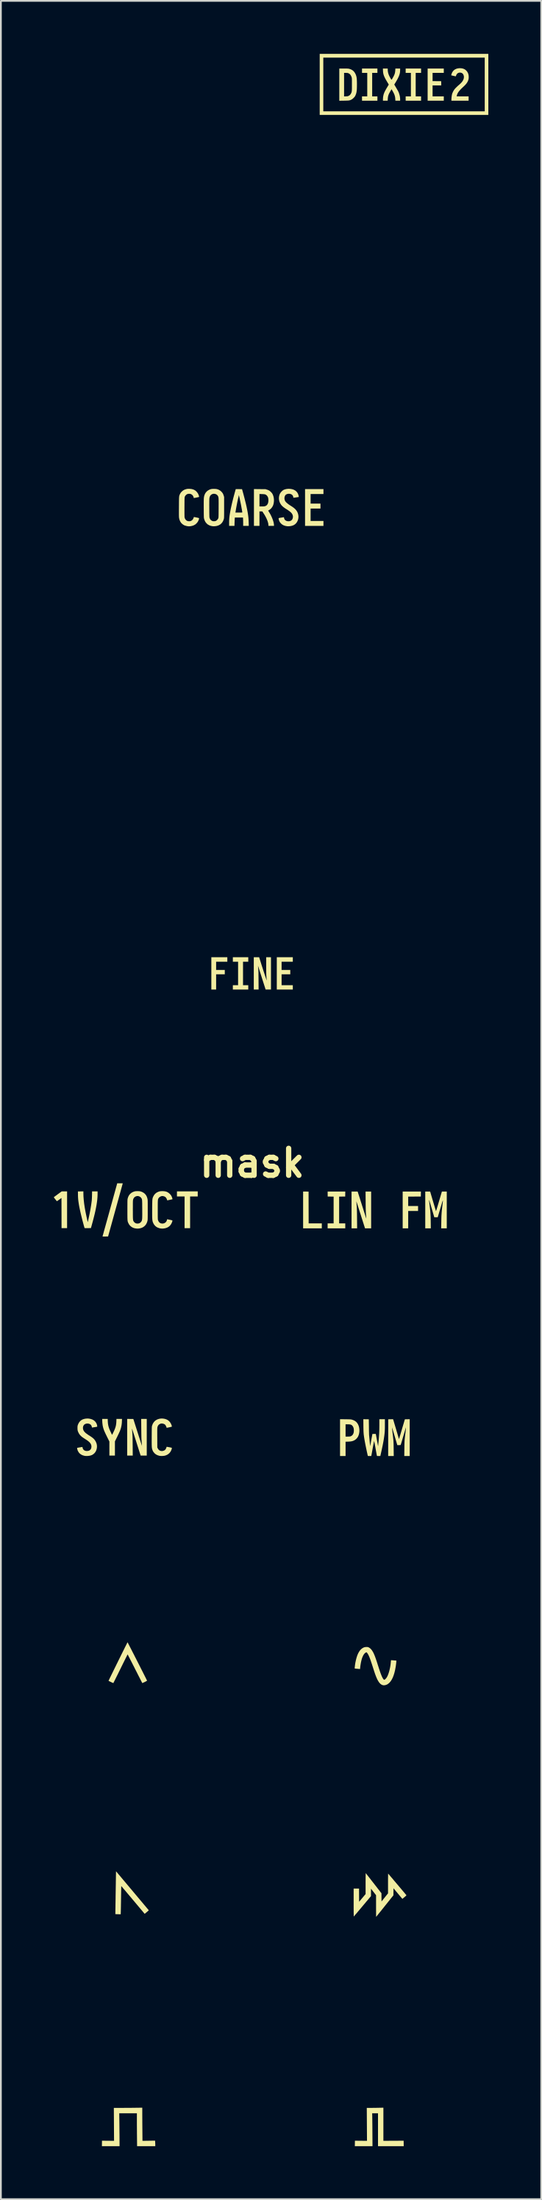
<source format=kicad_pcb>
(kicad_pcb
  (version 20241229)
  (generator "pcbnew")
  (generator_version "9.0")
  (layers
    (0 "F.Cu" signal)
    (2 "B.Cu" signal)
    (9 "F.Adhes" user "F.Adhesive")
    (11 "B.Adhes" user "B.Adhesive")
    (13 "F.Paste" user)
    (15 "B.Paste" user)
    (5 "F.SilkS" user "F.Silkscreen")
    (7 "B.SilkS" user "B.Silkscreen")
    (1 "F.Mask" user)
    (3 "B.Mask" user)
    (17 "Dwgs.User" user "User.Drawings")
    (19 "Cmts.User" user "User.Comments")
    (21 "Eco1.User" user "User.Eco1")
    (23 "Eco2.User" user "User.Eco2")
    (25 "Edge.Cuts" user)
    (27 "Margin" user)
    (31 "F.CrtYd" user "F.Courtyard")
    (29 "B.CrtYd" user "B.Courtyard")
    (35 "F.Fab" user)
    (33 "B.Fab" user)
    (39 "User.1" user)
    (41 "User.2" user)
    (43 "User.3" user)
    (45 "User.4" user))
  (footprint "mask"
    (layer "F.Cu")
    (at 11.236 62.793)
    (property "Reference" "mask" (at 0 0 0) (layer "F.SilkS") (effects (font (size 1.524 1.524) (thickness 0.3))))
    (attr board_only exclude_from_pos_files exclude_from_bom)
    (fp_poly (pts (xy -3.083 1.889) (xy -3.515 1.889) (xy -3.515 3.684) (xy -3.828 3.684) (xy -3.828 1.889) (xy -4.26 1.889) (xy -4.26 1.601) (xy -3.083 1.601)) (stroke (width 0) (type solid)) (fill yes) (layer "F.SilkS"))
    (fp_poly (pts (xy 3.043 1.611) (xy 3.197 1.613) (xy 3.199 2.513) (xy 3.202 3.413) (xy 3.947 3.413) (xy 3.947 3.693) (xy 2.888 3.693) (xy 2.888 1.609)) (stroke (width 0) (type solid)) (fill yes) (layer "F.SilkS"))
    (fp_poly (pts (xy -1.406 -11.4) (xy -2.041 -11.4) (xy -2.041 -10.934) (xy -1.55 -10.934) (xy -1.55 -10.688) (xy -2.041 -10.688) (xy -2.041 -9.825) (xy -2.312 -9.825) (xy -2.312 -11.654) (xy -1.406 -11.654)) (stroke (width 0) (type solid)) (fill yes) (layer "F.SilkS"))
    (fp_poly (pts (xy 13.382 -59.337) (xy 3.828 -59.337) (xy 3.828 -59.541) (xy 4.031 -59.541) (xy 13.179 -59.541) (xy 13.179 -62.581) (xy 4.031 -62.581) (xy 4.031 -59.541) (xy 3.828 -59.541) (xy 3.828 -62.793) (xy 13.382 -62.793)) (stroke (width 0) (type solid)) (fill yes) (layer "F.SilkS"))
    (fp_poly (pts (xy -0.22 -11.4) (xy -0.517 -11.4) (xy -0.517 -10.07) (xy -0.22 -10.07) (xy -0.22 -9.825) (xy -1.093 -9.825) (xy -1.093 -10.07) (xy -0.796 -10.07) (xy -0.796 -11.4) (xy -1.093 -11.4) (xy -1.093 -11.654) (xy -0.22 -11.654)) (stroke (width 0) (type solid)) (fill yes) (layer "F.SilkS"))
    (fp_poly (pts (xy 2.304 -11.4) (xy 1.668 -11.4) (xy 1.668 -10.934) (xy 2.16 -10.934) (xy 2.16 -10.688) (xy 1.668 -10.688) (xy 1.668 -10.07) (xy 2.304 -10.07) (xy 2.304 -9.825) (xy 1.397 -9.825) (xy 1.397 -11.654) (xy 2.304 -11.654)) (stroke (width 0) (type solid)) (fill yes) (layer "F.SilkS"))
    (fp_poly (pts (xy 4.04 -37.876) (xy 3.312 -37.876) (xy 3.312 -37.334) (xy 3.871 -37.334) (xy 3.871 -37.054) (xy 3.312 -37.054) (xy 3.312 -36.351) (xy 4.04 -36.351) (xy 4.04 -36.072) (xy 2.998 -36.072) (xy 2.998 -38.155) (xy 4.04 -38.155)) (stroke (width 0) (type solid)) (fill yes) (layer "F.SilkS"))
    (fp_poly (pts (xy 7.097 -61.717) (xy 6.801 -61.717) (xy 6.801 -60.387) (xy 7.097 -60.387) (xy 7.097 -60.142) (xy 6.225 -60.142) (xy 6.225 -60.387) (xy 6.522 -60.387) (xy 6.522 -61.717) (xy 6.225 -61.717) (xy 6.225 -61.963) (xy 7.097 -61.963)) (stroke (width 0) (type solid)) (fill yes) (layer "F.SilkS"))
    (fp_poly (pts (xy 9.56 1.751) (xy 9.558 1.893) (xy 9.2 1.895) (xy 8.842 1.897) (xy 8.842 2.431) (xy 9.401 2.431) (xy 9.401 2.71) (xy 8.842 2.71) (xy 8.842 3.693) (xy 8.529 3.693) (xy 8.529 1.609) (xy 9.562 1.609)) (stroke (width 0) (type solid)) (fill yes) (layer "F.SilkS"))
    (fp_poly (pts (xy 9.571 -61.717) (xy 9.266 -61.717) (xy 9.266 -60.387) (xy 9.571 -60.387) (xy 9.571 -60.142) (xy 8.698 -60.142) (xy 8.698 -60.387) (xy 8.995 -60.387) (xy 8.995 -61.717) (xy 8.698 -61.717) (xy 8.698 -61.963) (xy 9.571 -61.963)) (stroke (width 0) (type solid)) (fill yes) (layer "F.SilkS"))
    (fp_poly (pts (xy 10.858 -61.717) (xy 10.223 -61.717) (xy 10.223 -61.252) (xy 10.466 -61.249) (xy 10.71 -61.247) (xy 10.714 -61.006) (xy 10.223 -61.006) (xy 10.223 -60.387) (xy 10.858 -60.387) (xy 10.858 -60.142) (xy 9.943 -60.142) (xy 9.943 -61.963) (xy 10.858 -61.963)) (stroke (width 0) (type solid)) (fill yes) (layer "F.SilkS"))
    (fp_poly (pts (xy 5.272 1.893) (xy 5.101 1.895) (xy 4.929 1.898) (xy 4.929 3.413) (xy 5.276 3.413) (xy 5.276 3.693) (xy 4.277 3.693) (xy 4.277 3.413) (xy 4.616 3.413) (xy 4.616 1.898) (xy 4.449 1.895) (xy 4.281 1.893) (xy 4.277 1.609) (xy 5.277 1.609)) (stroke (width 0) (type solid)) (fill yes) (layer "F.SilkS"))
    (fp_poly (pts (xy -10.485 3.684) (xy -10.799 3.684) (xy -10.801 2.829) (xy -10.803 1.973) (xy -10.932 2.068) (xy -10.973 2.097) (xy -11.009 2.122) (xy -11.037 2.142) (xy -11.056 2.154) (xy -11.064 2.159) (xy -11.064 2.159) (xy -11.07 2.151) (xy -11.085 2.133) (xy -11.106 2.106) (xy -11.133 2.073) (xy -11.154 2.048) (xy -11.182 2.011) (xy -11.207 1.979) (xy -11.224 1.954) (xy -11.234 1.937) (xy -11.236 1.932) (xy -11.232 1.929) (xy -11.225 1.922) (xy -11.212 1.912) (xy -11.193 1.897) (xy -11.166 1.877) (xy -11.13 1.851) (xy -11.085 1.818) (xy -11.03 1.777) (xy -10.963 1.728) (xy -10.885 1.671) (xy -10.789 1.601) (xy -10.485 1.601)) (stroke (width 0) (type solid)) (fill yes) (layer "F.SilkS"))
    (fp_poly (pts (xy 7.436 55.35) (xy 8.01 55.347) (xy 8.584 55.344) (xy 8.586 55.498) (xy 8.588 55.653) (xy 7.131 55.653) (xy 7.131 53.79) (xy 6.8 53.79) (xy 6.805 53.944) (xy 6.806 53.976) (xy 6.806 54.023) (xy 6.807 54.084) (xy 6.808 54.157) (xy 6.809 54.242) (xy 6.81 54.335) (xy 6.811 54.437) (xy 6.812 54.544) (xy 6.813 54.657) (xy 6.813 54.772) (xy 6.814 54.876) (xy 6.819 55.653) (xy 5.818 55.653) (xy 5.823 55.344) (xy 6.507 55.351) (xy 6.501 54.418) (xy 6.495 53.485) (xy 6.71 53.485) (xy 6.779 53.485) (xy 6.86 53.484) (xy 6.948 53.483) (xy 7.037 53.482) (xy 7.122 53.48) (xy 7.181 53.479) (xy 7.436 53.474)) (stroke (width 0) (type solid)) (fill yes) (layer "F.SilkS"))
    (fp_poly (pts (xy -7.338 1.171) (xy -7.341 1.182) (xy -7.348 1.208) (xy -7.359 1.249) (xy -7.374 1.304) (xy -7.393 1.372) (xy -7.415 1.452) (xy -7.44 1.544) (xy -7.468 1.646) (xy -7.499 1.757) (xy -7.532 1.877) (xy -7.567 2.006) (xy -7.605 2.141) (xy -7.644 2.283) (xy -7.685 2.431) (xy -7.727 2.583) (xy -7.753 2.676) (xy -8.162 4.154) (xy -8.321 4.157) (xy -8.378 4.157) (xy -8.421 4.157) (xy -8.45 4.156) (xy -8.467 4.154) (xy -8.475 4.151) (xy -8.476 4.148) (xy -8.473 4.139) (xy -8.467 4.114) (xy -8.456 4.075) (xy -8.441 4.022) (xy -8.422 3.955) (xy -8.401 3.877) (xy -8.376 3.787) (xy -8.348 3.686) (xy -8.317 3.576) (xy -8.284 3.456) (xy -8.249 3.329) (xy -8.211 3.194) (xy -8.172 3.052) (xy -8.131 2.905) (xy -8.089 2.753) (xy -8.058 2.64) (xy -7.644 1.143) (xy -7.333 1.143)) (stroke (width 0) (type solid)) (fill yes) (layer "F.SilkS"))
    (fp_poly (pts (xy -6.225 53.769) (xy -6.225 53.828) (xy -6.225 53.902) (xy -6.224 53.988) (xy -6.224 54.084) (xy -6.223 54.189) (xy -6.223 54.299) (xy -6.222 54.413) (xy -6.221 54.528) (xy -6.22 54.642) (xy -6.219 54.708) (xy -6.214 55.351) (xy -5.499 55.34) (xy -5.494 55.43) (xy -5.491 55.477) (xy -5.489 55.526) (xy -5.488 55.57) (xy -5.488 55.587) (xy -5.488 55.653) (xy -6.519 55.653) (xy -6.524 55.151) (xy -6.525 55.042) (xy -6.527 54.924) (xy -6.527 54.8) (xy -6.528 54.674) (xy -6.529 54.549) (xy -6.53 54.43) (xy -6.53 54.32) (xy -6.53 54.224) (xy -6.53 54.22) (xy -6.53 53.79) (xy -7.53 53.79) (xy -7.526 54.063) (xy -7.525 54.117) (xy -7.524 54.186) (xy -7.523 54.268) (xy -7.522 54.361) (xy -7.521 54.462) (xy -7.52 54.569) (xy -7.519 54.681) (xy -7.518 54.795) (xy -7.517 54.909) (xy -7.516 54.995) (xy -7.512 55.653) (xy -8.512 55.653) (xy -8.51 55.498) (xy -8.508 55.344) (xy -8.166 55.347) (xy -7.824 55.351) (xy -7.83 54.418) (xy -7.836 53.485) (xy -7.426 53.485) (xy -7.324 53.485) (xy -7.211 53.484) (xy -7.091 53.484) (xy -6.969 53.483) (xy -6.85 53.482) (xy -6.737 53.481) (xy -6.636 53.479) (xy -6.62 53.479) (xy -6.225 53.474)) (stroke (width 0) (type solid)) (fill yes) (layer "F.SilkS"))
    (fp_poly (pts (xy -8.179 14.612) (xy -8.172 14.723) (xy -8.158 14.823) (xy -8.136 14.918) (xy -8.106 15.012) (xy -8.066 15.112) (xy -8.06 15.125) (xy -8.028 15.193) (xy -8 15.253) (xy -7.977 15.303) (xy -7.958 15.342) (xy -7.944 15.367) (xy -7.936 15.379) (xy -7.935 15.38) (xy -7.93 15.373) (xy -7.919 15.353) (xy -7.904 15.323) (xy -7.885 15.286) (xy -7.865 15.244) (xy -7.844 15.2) (xy -7.824 15.157) (xy -7.806 15.117) (xy -7.794 15.088) (xy -7.756 14.991) (xy -7.728 14.897) (xy -7.709 14.801) (xy -7.697 14.698) (xy -7.693 14.62) (xy -7.688 14.483) (xy -7.374 14.483) (xy -7.379 14.62) (xy -7.384 14.715) (xy -7.393 14.799) (xy -7.407 14.879) (xy -7.425 14.962) (xy -7.433 14.991) (xy -7.446 15.037) (xy -7.461 15.083) (xy -7.479 15.131) (xy -7.5 15.184) (xy -7.526 15.243) (xy -7.557 15.31) (xy -7.594 15.388) (xy -7.638 15.478) (xy -7.648 15.499) (xy -7.775 15.755) (xy -7.775 16.558) (xy -8.088 16.558) (xy -8.088 15.763) (xy -8.231 15.476) (xy -8.279 15.378) (xy -8.32 15.292) (xy -8.354 15.217) (xy -8.383 15.15) (xy -8.406 15.089) (xy -8.425 15.033) (xy -8.441 14.978) (xy -8.455 14.924) (xy -8.461 14.894) (xy -8.472 14.833) (xy -8.481 14.761) (xy -8.489 14.684) (xy -8.493 14.609) (xy -8.495 14.548) (xy -8.495 14.483) (xy -8.184 14.483)) (stroke (width 0) (type solid)) (fill yes) (layer "F.SilkS"))
    (fp_poly (pts (xy 5.283 14.502) (xy 5.364 14.503) (xy 5.43 14.504) (xy 5.483 14.505) (xy 5.526 14.507) (xy 5.56 14.509) (xy 5.587 14.511) (xy 5.609 14.514) (xy 5.629 14.518) (xy 5.648 14.522) (xy 5.653 14.524) (xy 5.748 14.557) (xy 5.831 14.601) (xy 5.902 14.658) (xy 5.961 14.726) (xy 6.003 14.797) (xy 6.039 14.885) (xy 6.063 14.981) (xy 6.075 15.083) (xy 6.076 15.185) (xy 6.064 15.286) (xy 6.041 15.382) (xy 6.006 15.47) (xy 5.999 15.484) (xy 5.959 15.546) (xy 5.907 15.605) (xy 5.849 15.656) (xy 5.788 15.694) (xy 5.785 15.696) (xy 5.734 15.719) (xy 5.684 15.737) (xy 5.63 15.75) (xy 5.569 15.759) (xy 5.498 15.765) (xy 5.44 15.768) (xy 5.293 15.773) (xy 5.293 16.583) (xy 4.98 16.583) (xy 4.98 15.482) (xy 5.293 15.482) (xy 5.415 15.482) (xy 5.479 15.481) (xy 5.526 15.478) (xy 5.56 15.473) (xy 5.571 15.47) (xy 5.63 15.442) (xy 5.678 15.402) (xy 5.702 15.37) (xy 5.73 15.32) (xy 5.749 15.267) (xy 5.759 15.207) (xy 5.763 15.136) (xy 5.763 15.135) (xy 5.759 15.063) (xy 5.749 15.003) (xy 5.73 14.95) (xy 5.702 14.9) (xy 5.702 14.899) (xy 5.674 14.862) (xy 5.643 14.834) (xy 5.607 14.813) (xy 5.563 14.799) (xy 5.508 14.791) (xy 5.441 14.788) (xy 5.415 14.788) (xy 5.293 14.788) (xy 5.293 15.482) (xy 4.98 15.482) (xy 4.98 14.498)) (stroke (width 0) (type solid)) (fill yes) (layer "F.SilkS"))
    (fp_poly (pts (xy 0.423 -11.571) (xy 0.458 -11.46) (xy 0.493 -11.348) (xy 0.528 -11.236) (xy 0.563 -11.126) (xy 0.598 -11.019) (xy 0.631 -10.916) (xy 0.663 -10.818) (xy 0.693 -10.726) (xy 0.721 -10.641) (xy 0.746 -10.565) (xy 0.769 -10.497) (xy 0.788 -10.441) (xy 0.804 -10.395) (xy 0.815 -10.363) (xy 0.823 -10.344) (xy 0.826 -10.34) (xy 0.826 -10.341) (xy 0.819 -10.411) (xy 0.814 -10.475) (xy 0.809 -10.537) (xy 0.805 -10.598) (xy 0.802 -10.662) (xy 0.8 -10.729) (xy 0.798 -10.803) (xy 0.797 -10.885) (xy 0.797 -10.979) (xy 0.796 -11.085) (xy 0.796 -11.176) (xy 0.796 -11.654) (xy 1.067 -11.654) (xy 1.067 -9.825) (xy 0.763 -9.825) (xy 0.718 -9.966) (xy 0.707 -10) (xy 0.692 -10.048) (xy 0.673 -10.108) (xy 0.65 -10.178) (xy 0.625 -10.258) (xy 0.597 -10.344) (xy 0.568 -10.435) (xy 0.538 -10.53) (xy 0.508 -10.626) (xy 0.503 -10.639) (xy 0.475 -10.73) (xy 0.447 -10.816) (xy 0.422 -10.896) (xy 0.398 -10.968) (xy 0.378 -11.031) (xy 0.361 -11.083) (xy 0.347 -11.124) (xy 0.338 -11.153) (xy 0.333 -11.166) (xy 0.332 -11.168) (xy 0.332 -11.159) (xy 0.334 -11.136) (xy 0.337 -11.102) (xy 0.341 -11.06) (xy 0.344 -11.022) (xy 0.347 -10.985) (xy 0.35 -10.944) (xy 0.353 -10.896) (xy 0.355 -10.841) (xy 0.357 -10.777) (xy 0.358 -10.703) (xy 0.359 -10.616) (xy 0.361 -10.516) (xy 0.362 -10.401) (xy 0.362 -10.352) (xy 0.366 -9.825) (xy 0.093 -9.825) (xy 0.093 -11.654) (xy 0.397 -11.654)) (stroke (width 0) (type solid)) (fill yes) (layer "F.SilkS"))
    (fp_poly (pts (xy 0.43 -38.153) (xy 0.758 -38.15) (xy 0.834 -38.126) (xy 0.894 -38.106) (xy 0.943 -38.084) (xy 0.986 -38.058) (xy 1.028 -38.024) (xy 1.064 -37.99) (xy 1.099 -37.954) (xy 1.125 -37.922) (xy 1.146 -37.89) (xy 1.166 -37.852) (xy 1.167 -37.85) (xy 1.203 -37.756) (xy 1.226 -37.653) (xy 1.236 -37.546) (xy 1.232 -37.437) (xy 1.215 -37.329) (xy 1.197 -37.264) (xy 1.167 -37.191) (xy 1.124 -37.121) (xy 1.071 -37.056) (xy 1.011 -37.002) (xy 0.954 -36.965) (xy 0.931 -36.952) (xy 0.914 -36.943) (xy 0.908 -36.94) (xy 0.912 -36.932) (xy 0.922 -36.913) (xy 0.939 -36.886) (xy 0.96 -36.852) (xy 0.961 -36.85) (xy 1.019 -36.753) (xy 1.071 -36.653) (xy 1.118 -36.552) (xy 1.158 -36.452) (xy 1.191 -36.356) (xy 1.216 -36.266) (xy 1.231 -36.184) (xy 1.237 -36.112) (xy 1.237 -36.112) (xy 1.237 -36.072) (xy 0.923 -36.072) (xy 0.923 -36.109) (xy 0.917 -36.178) (xy 0.9 -36.258) (xy 0.873 -36.345) (xy 0.836 -36.439) (xy 0.79 -36.538) (xy 0.737 -36.638) (xy 0.676 -36.74) (xy 0.647 -36.783) (xy 0.574 -36.893) (xy 0.415 -36.893) (xy 0.415 -36.072) (xy 0.102 -36.072) (xy 0.102 -37.878) (xy 0.415 -37.878) (xy 0.415 -37.173) (xy 0.549 -37.173) (xy 0.613 -37.173) (xy 0.663 -37.176) (xy 0.7 -37.18) (xy 0.726 -37.186) (xy 0.786 -37.211) (xy 0.835 -37.25) (xy 0.873 -37.302) (xy 0.901 -37.366) (xy 0.917 -37.443) (xy 0.921 -37.49) (xy 0.92 -37.577) (xy 0.909 -37.651) (xy 0.887 -37.714) (xy 0.853 -37.768) (xy 0.82 -37.804) (xy 0.794 -37.825) (xy 0.768 -37.842) (xy 0.739 -37.854) (xy 0.705 -37.862) (xy 0.662 -37.868) (xy 0.608 -37.871) (xy 0.557 -37.873) (xy 0.415 -37.878) (xy 0.102 -37.878) (xy 0.102 -38.157)) (stroke (width 0) (type solid)) (fill yes) (layer "F.SilkS"))
    (fp_poly (pts (xy -9.562 1.696) (xy -9.557 1.883) (xy -9.542 2.083) (xy -9.518 2.297) (xy -9.484 2.525) (xy -9.44 2.765) (xy -9.422 2.855) (xy -9.41 2.914) (xy -9.396 2.977) (xy -9.383 3.041) (xy -9.369 3.104) (xy -9.356 3.164) (xy -9.344 3.219) (xy -9.333 3.266) (xy -9.324 3.304) (xy -9.318 3.329) (xy -9.315 3.341) (xy -9.315 3.342) (xy -9.312 3.334) (xy -9.307 3.313) (xy -9.299 3.279) (xy -9.288 3.234) (xy -9.276 3.18) (xy -9.263 3.12) (xy -9.249 3.056) (xy -9.235 2.989) (xy -9.221 2.921) (xy -9.207 2.855) (xy -9.206 2.849) (xy -9.174 2.683) (xy -9.144 2.512) (xy -9.117 2.342) (xy -9.095 2.179) (xy -9.087 2.117) (xy -9.085 2.086) (xy -9.082 2.041) (xy -9.079 1.986) (xy -9.076 1.925) (xy -9.074 1.861) (xy -9.073 1.819) (xy -9.069 1.601) (xy -8.757 1.601) (xy -8.757 1.735) (xy -8.76 1.851) (xy -8.767 1.974) (xy -8.779 2.103) (xy -8.797 2.24) (xy -8.82 2.386) (xy -8.849 2.541) (xy -8.883 2.707) (xy -8.923 2.884) (xy -8.97 3.073) (xy -9.023 3.276) (xy -9.082 3.493) (xy -9.102 3.566) (xy -9.135 3.68) (xy -9.314 3.682) (xy -9.374 3.683) (xy -9.418 3.683) (xy -9.451 3.683) (xy -9.473 3.681) (xy -9.486 3.679) (xy -9.493 3.676) (xy -9.497 3.671) (xy -9.497 3.67) (xy -9.531 3.554) (xy -9.565 3.43) (xy -9.6 3.299) (xy -9.635 3.166) (xy -9.668 3.032) (xy -9.7 2.9) (xy -9.73 2.774) (xy -9.756 2.654) (xy -9.779 2.545) (xy -9.798 2.448) (xy -9.802 2.427) (xy -9.821 2.317) (xy -9.836 2.219) (xy -9.848 2.131) (xy -9.857 2.047) (xy -9.863 1.965) (xy -9.867 1.88) (xy -9.869 1.789) (xy -9.869 1.774) (xy -9.871 1.605) (xy -9.717 1.603) (xy -9.562 1.6)) (stroke (width 0) (type solid)) (fill yes) (layer "F.SilkS"))
    (fp_poly (pts (xy -6.906 14.485) (xy -6.731 14.487) (xy -6.487 15.254) (xy -6.452 15.363) (xy -6.419 15.467) (xy -6.387 15.565) (xy -6.358 15.656) (xy -6.331 15.739) (xy -6.307 15.813) (xy -6.286 15.876) (xy -6.269 15.928) (xy -6.256 15.967) (xy -6.247 15.992) (xy -6.243 16.003) (xy -6.242 16.003) (xy -6.243 15.99) (xy -6.245 15.963) (xy -6.248 15.924) (xy -6.252 15.876) (xy -6.256 15.821) (xy -6.259 15.787) (xy -6.263 15.741) (xy -6.266 15.696) (xy -6.269 15.648) (xy -6.272 15.596) (xy -6.274 15.539) (xy -6.276 15.475) (xy -6.277 15.402) (xy -6.279 15.318) (xy -6.28 15.222) (xy -6.281 15.112) (xy -6.282 15.035) (xy -6.287 14.483) (xy -5.971 14.483) (xy -5.971 16.558) (xy -6.317 16.558) (xy -6.36 16.424) (xy -6.369 16.395) (xy -6.384 16.35) (xy -6.402 16.293) (xy -6.424 16.225) (xy -6.448 16.146) (xy -6.476 16.06) (xy -6.485 16.033) (xy -6.242 16.033) (xy -6.239 16.04) (xy -6.236 16.038) (xy -6.235 16.028) (xy -6.236 16.027) (xy -6.241 16.028) (xy -6.242 16.033) (xy -6.485 16.033) (xy -6.506 15.966) (xy -6.537 15.868) (xy -6.569 15.766) (xy -6.602 15.663) (xy -6.604 15.658) (xy -6.635 15.559) (xy -6.665 15.464) (xy -6.694 15.376) (xy -6.72 15.295) (xy -6.743 15.222) (xy -6.764 15.159) (xy -6.781 15.107) (xy -6.794 15.067) (xy -6.803 15.041) (xy -6.807 15.029) (xy -6.807 15.028) (xy -6.807 15.037) (xy -6.806 15.061) (xy -6.804 15.096) (xy -6.8 15.142) (xy -6.796 15.194) (xy -6.792 15.233) (xy -6.788 15.278) (xy -6.785 15.322) (xy -6.782 15.366) (xy -6.78 15.413) (xy -6.778 15.464) (xy -6.776 15.521) (xy -6.774 15.586) (xy -6.773 15.661) (xy -6.772 15.746) (xy -6.771 15.845) (xy -6.77 15.958) (xy -6.769 15.997) (xy -6.765 16.558) (xy -7.08 16.558) (xy -7.08 14.482)) (stroke (width 0) (type solid)) (fill yes) (layer "F.SilkS"))
    (fp_poly (pts (xy 6.006 1.7) (xy 6.013 1.722) (xy 6.025 1.759) (xy 6.041 1.81) (xy 6.061 1.872) (xy 6.084 1.944) (xy 6.11 2.026) (xy 6.138 2.116) (xy 6.169 2.212) (xy 6.201 2.313) (xy 6.234 2.418) (xy 6.251 2.471) (xy 6.284 2.574) (xy 6.315 2.672) (xy 6.344 2.764) (xy 6.372 2.848) (xy 6.396 2.925) (xy 6.418 2.992) (xy 6.436 3.048) (xy 6.451 3.092) (xy 6.461 3.123) (xy 6.468 3.14) (xy 6.469 3.143) (xy 6.469 3.133) (xy 6.467 3.108) (xy 6.465 3.072) (xy 6.461 3.026) (xy 6.457 2.972) (xy 6.453 2.934) (xy 6.45 2.889) (xy 6.446 2.845) (xy 6.443 2.801) (xy 6.441 2.753) (xy 6.439 2.702) (xy 6.437 2.644) (xy 6.436 2.579) (xy 6.434 2.504) (xy 6.433 2.417) (xy 6.432 2.318) (xy 6.431 2.204) (xy 6.431 2.17) (xy 6.426 1.609) (xy 6.742 1.609) (xy 6.742 3.693) (xy 6.395 3.693) (xy 6.35 3.551) (xy 6.34 3.52) (xy 6.325 3.474) (xy 6.307 3.415) (xy 6.284 3.345) (xy 6.259 3.265) (xy 6.231 3.178) (xy 6.201 3.084) (xy 6.17 2.985) (xy 6.138 2.883) (xy 6.106 2.784) (xy 6.075 2.685) (xy 6.045 2.592) (xy 6.017 2.504) (xy 5.991 2.424) (xy 5.968 2.353) (xy 5.948 2.291) (xy 5.931 2.24) (xy 5.918 2.202) (xy 5.909 2.177) (xy 5.905 2.167) (xy 5.905 2.167) (xy 5.905 2.177) (xy 5.907 2.201) (xy 5.909 2.238) (xy 5.913 2.285) (xy 5.917 2.338) (xy 5.92 2.381) (xy 5.924 2.427) (xy 5.928 2.474) (xy 5.93 2.522) (xy 5.933 2.572) (xy 5.935 2.628) (xy 5.937 2.69) (xy 5.938 2.761) (xy 5.94 2.842) (xy 5.941 2.935) (xy 5.942 3.041) (xy 5.943 3.14) (xy 5.948 3.693) (xy 5.632 3.693) (xy 5.632 2.139) (xy 5.895 2.139) (xy 5.899 2.143) (xy 5.903 2.139) (xy 5.899 2.134) (xy 5.895 2.139) (xy 5.632 2.139) (xy 5.632 1.609) (xy 5.977 1.609)) (stroke (width 0) (type solid)) (fill yes) (layer "F.SilkS"))
    (fp_poly (pts (xy 7.682 -61.906) (xy 7.688 -61.806) (xy 7.706 -61.711) (xy 7.737 -61.615) (xy 7.781 -61.518) (xy 7.812 -61.46) (xy 7.841 -61.409) (xy 7.862 -61.372) (xy 7.878 -61.347) (xy 7.891 -61.335) (xy 7.902 -61.335) (xy 7.913 -61.345) (xy 7.927 -61.366) (xy 7.944 -61.397) (xy 7.954 -61.414) (xy 7.998 -61.49) (xy 8.032 -61.557) (xy 8.059 -61.617) (xy 8.079 -61.673) (xy 8.093 -61.73) (xy 8.103 -61.791) (xy 8.109 -61.858) (xy 8.11 -61.872) (xy 8.116 -61.963) (xy 8.385 -61.963) (xy 8.385 -61.891) (xy 8.382 -61.816) (xy 8.375 -61.743) (xy 8.361 -61.672) (xy 8.34 -61.6) (xy 8.312 -61.525) (xy 8.275 -61.444) (xy 8.23 -61.355) (xy 8.174 -61.257) (xy 8.148 -61.213) (xy 8.053 -61.056) (xy 8.159 -60.876) (xy 8.196 -60.813) (xy 8.226 -60.761) (xy 8.249 -60.72) (xy 8.268 -60.687) (xy 8.282 -60.658) (xy 8.294 -60.633) (xy 8.305 -60.608) (xy 8.314 -60.582) (xy 8.325 -60.552) (xy 8.329 -60.54) (xy 8.364 -60.417) (xy 8.382 -60.293) (xy 8.385 -60.22) (xy 8.385 -60.142) (xy 8.116 -60.142) (xy 8.11 -60.237) (xy 8.104 -60.307) (xy 8.093 -60.372) (xy 8.078 -60.433) (xy 8.057 -60.495) (xy 8.028 -60.56) (xy 7.992 -60.631) (xy 7.946 -60.712) (xy 7.926 -60.745) (xy 7.897 -60.793) (xy 7.841 -60.698) (xy 7.797 -60.621) (xy 7.761 -60.553) (xy 7.734 -60.492) (xy 7.714 -60.435) (xy 7.7 -60.378) (xy 7.691 -60.317) (xy 7.685 -60.25) (xy 7.684 -60.237) (xy 7.679 -60.142) (xy 7.411 -60.142) (xy 7.411 -60.23) (xy 7.419 -60.353) (xy 7.442 -60.471) (xy 7.462 -60.537) (xy 7.479 -60.582) (xy 7.498 -60.627) (xy 7.521 -60.674) (xy 7.548 -60.726) (xy 7.581 -60.785) (xy 7.621 -60.854) (xy 7.649 -60.901) (xy 7.741 -61.055) (xy 7.633 -61.236) (xy 7.579 -61.328) (xy 7.534 -61.41) (xy 7.498 -61.483) (xy 7.47 -61.549) (xy 7.448 -61.612) (xy 7.432 -61.673) (xy 7.422 -61.736) (xy 7.415 -61.802) (xy 7.413 -61.846) (xy 7.409 -61.963) (xy 7.682 -61.963)) (stroke (width 0) (type solid)) (fill yes) (layer "F.SilkS"))
    (fp_poly (pts (xy -6.797 41.178) (xy -6.698 41.296) (xy -6.601 41.411) (xy -6.508 41.522) (xy -6.419 41.628) (xy -6.335 41.728) (xy -6.255 41.822) (xy -6.182 41.91) (xy -6.115 41.99) (xy -6.054 42.062) (xy -6.001 42.125) (xy -5.956 42.179) (xy -5.92 42.222) (xy -5.892 42.255) (xy -5.875 42.275) (xy -5.868 42.284) (xy -5.868 42.284) (xy -5.863 42.291) (xy -5.862 42.298) (xy -5.865 42.306) (xy -5.875 42.318) (xy -5.894 42.335) (xy -5.921 42.359) (xy -5.96 42.392) (xy -5.971 42.401) (xy -6.089 42.5) (xy -6.751 41.712) (xy -6.835 41.612) (xy -6.916 41.516) (xy -6.993 41.425) (xy -7.066 41.338) (xy -7.134 41.258) (xy -7.196 41.184) (xy -7.252 41.118) (xy -7.301 41.061) (xy -7.342 41.013) (xy -7.375 40.974) (xy -7.398 40.947) (xy -7.412 40.931) (xy -7.416 40.927) (xy -7.416 40.935) (xy -7.417 40.96) (xy -7.418 40.998) (xy -7.419 41.05) (xy -7.42 41.113) (xy -7.421 41.186) (xy -7.423 41.269) (xy -7.424 41.359) (xy -7.426 41.456) (xy -7.427 41.558) (xy -7.427 41.564) (xy -7.429 41.671) (xy -7.43 41.777) (xy -7.432 41.881) (xy -7.434 41.979) (xy -7.435 42.071) (xy -7.437 42.154) (xy -7.438 42.227) (xy -7.44 42.289) (xy -7.441 42.336) (xy -7.441 42.362) (xy -7.447 42.525) (xy -7.528 42.524) (xy -7.575 42.522) (xy -7.625 42.521) (xy -7.67 42.519) (xy -7.68 42.519) (xy -7.75 42.516) (xy -7.75 42.468) (xy -7.749 42.451) (xy -7.749 42.418) (xy -7.748 42.371) (xy -7.748 42.311) (xy -7.747 42.239) (xy -7.745 42.157) (xy -7.744 42.065) (xy -7.743 41.965) (xy -7.741 41.858) (xy -7.739 41.745) (xy -7.737 41.628) (xy -7.736 41.508) (xy -7.734 41.386) (xy -7.732 41.263) (xy -7.73 41.14) (xy -7.728 41.019) (xy -7.726 40.901) (xy -7.724 40.787) (xy -7.723 40.678) (xy -7.721 40.576) (xy -7.719 40.482) (xy -7.718 40.397) (xy -7.717 40.322) (xy -7.716 40.259) (xy -7.715 40.208) (xy -7.714 40.171) (xy -7.714 40.15) (xy -7.714 40.146) (xy -7.711 40.091)) (stroke (width 0) (type solid)) (fill yes) (layer "F.SilkS"))
    (fp_poly (pts (xy 5.262 -61.963) (xy 5.321 -61.962) (xy 5.368 -61.962) (xy 5.405 -61.96) (xy 5.434 -61.958) (xy 5.458 -61.955) (xy 5.48 -61.952) (xy 5.501 -61.947) (xy 5.508 -61.945) (xy 5.599 -61.914) (xy 5.678 -61.871) (xy 5.747 -61.815) (xy 5.805 -61.745) (xy 5.851 -61.664) (xy 5.872 -61.618) (xy 5.889 -61.572) (xy 5.903 -61.526) (xy 5.914 -61.476) (xy 5.923 -61.421) (xy 5.929 -61.358) (xy 5.933 -61.285) (xy 5.936 -61.201) (xy 5.937 -61.103) (xy 5.937 -61.057) (xy 5.936 -60.947) (xy 5.934 -60.852) (xy 5.93 -60.771) (xy 5.923 -60.699) (xy 5.914 -60.637) (xy 5.902 -60.581) (xy 5.888 -60.53) (xy 5.869 -60.481) (xy 5.851 -60.438) (xy 5.831 -60.4) (xy 5.811 -60.368) (xy 5.785 -60.338) (xy 5.751 -60.302) (xy 5.748 -60.299) (xy 5.694 -60.25) (xy 5.645 -60.216) (xy 5.624 -60.204) (xy 5.593 -60.189) (xy 5.565 -60.178) (xy 5.538 -60.168) (xy 5.509 -60.161) (xy 5.477 -60.155) (xy 5.438 -60.151) (xy 5.391 -60.149) (xy 5.333 -60.147) (xy 5.262 -60.145) (xy 5.202 -60.144) (xy 4.938 -60.14) (xy 4.938 -60.385) (xy 5.209 -60.385) (xy 5.312 -60.389) (xy 5.359 -60.391) (xy 5.394 -60.394) (xy 5.42 -60.399) (xy 5.443 -60.405) (xy 5.464 -60.415) (xy 5.522 -60.45) (xy 5.57 -60.499) (xy 5.605 -60.558) (xy 5.616 -60.583) (xy 5.626 -60.605) (xy 5.633 -60.627) (xy 5.639 -60.651) (xy 5.644 -60.679) (xy 5.648 -60.711) (xy 5.65 -60.751) (xy 5.652 -60.799) (xy 5.653 -60.859) (xy 5.653 -60.93) (xy 5.653 -61.016) (xy 5.653 -61.061) (xy 5.653 -61.149) (xy 5.653 -61.222) (xy 5.653 -61.281) (xy 5.652 -61.329) (xy 5.651 -61.367) (xy 5.649 -61.396) (xy 5.647 -61.419) (xy 5.645 -61.438) (xy 5.642 -61.453) (xy 5.638 -61.466) (xy 5.638 -61.467) (xy 5.607 -61.546) (xy 5.568 -61.61) (xy 5.52 -61.659) (xy 5.465 -61.693) (xy 5.449 -61.7) (xy 5.423 -61.708) (xy 5.394 -61.714) (xy 5.358 -61.716) (xy 5.311 -61.717) (xy 5.306 -61.717) (xy 5.209 -61.717) (xy 5.209 -60.385) (xy 4.938 -60.385) (xy 4.938 -61.963) (xy 5.188 -61.963)) (stroke (width 0) (type solid)) (fill yes) (layer "F.SilkS"))
    (fp_poly (pts (xy 9.994 1.609) (xy 10.034 1.61) (xy 10.064 1.611) (xy 10.083 1.613) (xy 10.087 1.614) (xy 10.09 1.623) (xy 10.096 1.647) (xy 10.107 1.684) (xy 10.121 1.733) (xy 10.138 1.791) (xy 10.157 1.857) (xy 10.179 1.929) (xy 10.201 2.006) (xy 10.225 2.087) (xy 10.25 2.169) (xy 10.274 2.251) (xy 10.298 2.331) (xy 10.321 2.408) (xy 10.343 2.481) (xy 10.362 2.546) (xy 10.38 2.604) (xy 10.394 2.652) (xy 10.406 2.688) (xy 10.413 2.712) (xy 10.416 2.72) (xy 10.416 2.72) (xy 10.419 2.713) (xy 10.427 2.692) (xy 10.439 2.656) (xy 10.454 2.608) (xy 10.472 2.549) (xy 10.493 2.48) (xy 10.516 2.403) (xy 10.542 2.319) (xy 10.568 2.228) (xy 10.586 2.168) (xy 10.751 1.609) (xy 11.027 1.609) (xy 11.027 3.693) (xy 10.711 3.693) (xy 10.717 3.331) (xy 10.719 3.212) (xy 10.721 3.107) (xy 10.724 3.011) (xy 10.729 2.922) (xy 10.734 2.837) (xy 10.741 2.75) (xy 10.75 2.66) (xy 10.76 2.563) (xy 10.773 2.454) (xy 10.777 2.419) (xy 10.787 2.338) (xy 10.795 2.27) (xy 10.802 2.213) (xy 10.806 2.17) (xy 10.808 2.139) (xy 10.808 2.121) (xy 10.805 2.117) (xy 10.799 2.126) (xy 10.79 2.15) (xy 10.777 2.188) (xy 10.76 2.241) (xy 10.74 2.309) (xy 10.715 2.392) (xy 10.686 2.491) (xy 10.665 2.56) (xy 10.515 3.066) (xy 10.32 3.066) (xy 10.227 2.75) (xy 10.204 2.67) (xy 10.179 2.586) (xy 10.154 2.502) (xy 10.13 2.421) (xy 10.108 2.347) (xy 10.089 2.283) (xy 10.077 2.244) (xy 10.062 2.194) (xy 10.05 2.153) (xy 10.04 2.122) (xy 10.032 2.102) (xy 10.027 2.094) (xy 10.025 2.098) (xy 10.025 2.115) (xy 10.027 2.145) (xy 10.032 2.19) (xy 10.038 2.249) (xy 10.047 2.324) (xy 10.058 2.415) (xy 10.059 2.422) (xy 10.072 2.532) (xy 10.082 2.627) (xy 10.091 2.713) (xy 10.098 2.792) (xy 10.104 2.868) (xy 10.108 2.943) (xy 10.112 3.022) (xy 10.114 3.108) (xy 10.116 3.204) (xy 10.118 3.312) (xy 10.118 3.322) (xy 10.123 3.693) (xy 9.808 3.693) (xy 9.808 1.609) (xy 9.947 1.609)) (stroke (width 0) (type solid)) (fill yes) (layer "F.SilkS"))
    (fp_poly (pts (xy -0.751 -38.153) (xy -0.573 -38.151) (xy -0.532 -38.007) (xy -0.513 -37.939) (xy -0.491 -37.859) (xy -0.468 -37.77) (xy -0.443 -37.676) (xy -0.418 -37.578) (xy -0.394 -37.481) (xy -0.371 -37.387) (xy -0.349 -37.3) (xy -0.331 -37.222) (xy -0.316 -37.157) (xy -0.314 -37.145) (xy -0.284 -37.001) (xy -0.259 -36.87) (xy -0.239 -36.749) (xy -0.223 -36.635) (xy -0.211 -36.525) (xy -0.203 -36.417) (xy -0.198 -36.307) (xy -0.197 -36.273) (xy -0.192 -36.072) (xy -0.508 -36.072) (xy -0.508 -36.218) (xy -0.509 -36.275) (xy -0.509 -36.334) (xy -0.511 -36.39) (xy -0.513 -36.437) (xy -0.514 -36.456) (xy -0.519 -36.546) (xy -0.98 -36.546) (xy -0.985 -36.501) (xy -0.987 -36.48) (xy -0.989 -36.445) (xy -0.991 -36.399) (xy -0.993 -36.345) (xy -0.995 -36.288) (xy -0.996 -36.264) (xy -1.002 -36.072) (xy -1.304 -36.072) (xy -1.304 -36.252) (xy -1.303 -36.35) (xy -1.299 -36.442) (xy -1.292 -36.532) (xy -1.282 -36.625) (xy -1.267 -36.728) (xy -1.257 -36.791) (xy -1.251 -36.825) (xy -0.948 -36.825) (xy -0.754 -36.825) (xy -0.691 -36.825) (xy -0.644 -36.826) (xy -0.609 -36.827) (xy -0.585 -36.828) (xy -0.571 -36.83) (xy -0.563 -36.833) (xy -0.559 -36.837) (xy -0.559 -36.84) (xy -0.561 -36.857) (xy -0.565 -36.889) (xy -0.572 -36.932) (xy -0.581 -36.986) (xy -0.592 -37.046) (xy -0.604 -37.112) (xy -0.616 -37.181) (xy -0.629 -37.25) (xy -0.642 -37.317) (xy -0.653 -37.367) (xy -0.665 -37.429) (xy -0.679 -37.492) (xy -0.692 -37.554) (xy -0.705 -37.615) (xy -0.718 -37.671) (xy -0.729 -37.721) (xy -0.739 -37.762) (xy -0.746 -37.793) (xy -0.751 -37.811) (xy -0.753 -37.815) (xy -0.755 -37.805) (xy -0.76 -37.781) (xy -0.768 -37.748) (xy -0.777 -37.706) (xy -0.783 -37.683) (xy -0.813 -37.548) (xy -0.843 -37.406) (xy -0.871 -37.264) (xy -0.896 -37.128) (xy -0.911 -37.047) (xy -0.92 -36.993) (xy -0.928 -36.944) (xy -0.935 -36.902) (xy -0.941 -36.87) (xy -0.944 -36.851) (xy -0.944 -36.849) (xy -0.948 -36.825) (xy -1.251 -36.825) (xy -1.235 -36.913) (xy -1.209 -37.049) (xy -1.177 -37.195) (xy -1.142 -37.35) (xy -1.102 -37.512) (xy -1.06 -37.678) (xy -1.015 -37.846) (xy -0.981 -37.971) (xy -0.929 -38.155)) (stroke (width 0) (type solid)) (fill yes) (layer "F.SilkS"))
    (fp_poly (pts (xy 11.871 -61.976) (xy 11.958 -61.956) (xy 12.035 -61.923) (xy 12.102 -61.877) (xy 12.16 -61.817) (xy 12.182 -61.788) (xy 12.221 -61.721) (xy 12.248 -61.653) (xy 12.264 -61.578) (xy 12.27 -61.51) (xy 12.27 -61.434) (xy 12.262 -61.368) (xy 12.245 -61.305) (xy 12.218 -61.24) (xy 12.213 -61.23) (xy 12.19 -61.187) (xy 12.164 -61.146) (xy 12.135 -61.106) (xy 12.099 -61.064) (xy 12.056 -61.018) (xy 12.003 -60.965) (xy 11.944 -60.91) (xy 11.867 -60.837) (xy 11.803 -60.772) (xy 11.749 -60.713) (xy 11.706 -60.659) (xy 11.671 -60.609) (xy 11.646 -60.565) (xy 11.63 -60.532) (xy 11.615 -60.494) (xy 11.601 -60.455) (xy 11.591 -60.421) (xy 11.586 -60.397) (xy 11.586 -60.393) (xy 11.594 -60.391) (xy 11.618 -60.39) (xy 11.654 -60.39) (xy 11.703 -60.389) (xy 11.761 -60.388) (xy 11.827 -60.388) (xy 11.899 -60.387) (xy 11.925 -60.387) (xy 12.264 -60.387) (xy 12.264 -60.142) (xy 11.29 -60.142) (xy 11.29 -60.195) (xy 11.292 -60.252) (xy 11.296 -60.316) (xy 11.304 -60.383) (xy 11.313 -60.445) (xy 11.323 -60.497) (xy 11.324 -60.502) (xy 11.345 -60.569) (xy 11.377 -60.642) (xy 11.415 -60.713) (xy 11.457 -60.777) (xy 11.478 -60.803) (xy 11.526 -60.857) (xy 11.588 -60.919) (xy 11.66 -60.986) (xy 11.742 -61.057) (xy 11.745 -61.059) (xy 11.827 -61.135) (xy 11.893 -61.211) (xy 11.943 -61.287) (xy 11.978 -61.362) (xy 11.996 -61.436) (xy 11.998 -61.508) (xy 11.994 -61.536) (xy 11.975 -61.602) (xy 11.946 -61.655) (xy 11.907 -61.694) (xy 11.858 -61.72) (xy 11.798 -61.733) (xy 11.771 -61.734) (xy 11.711 -61.726) (xy 11.657 -61.704) (xy 11.612 -61.668) (xy 11.577 -61.619) (xy 11.556 -61.568) (xy 11.548 -61.543) (xy 11.541 -61.527) (xy 11.537 -61.522) (xy 11.526 -61.524) (xy 11.502 -61.529) (xy 11.47 -61.535) (xy 11.432 -61.544) (xy 11.392 -61.552) (xy 11.353 -61.561) (xy 11.32 -61.569) (xy 11.295 -61.574) (xy 11.283 -61.578) (xy 11.282 -61.578) (xy 11.281 -61.59) (xy 11.285 -61.613) (xy 11.294 -61.644) (xy 11.306 -61.679) (xy 11.321 -61.715) (xy 11.329 -61.734) (xy 11.373 -61.806) (xy 11.428 -61.866) (xy 11.495 -61.914) (xy 11.572 -61.95) (xy 11.658 -61.972) (xy 11.754 -61.982) (xy 11.773 -61.982)) (stroke (width 0) (type solid)) (fill yes) (layer "F.SilkS"))
    (fp_poly (pts (xy 6.442 40.205) (xy 6.458 40.224) (xy 6.483 40.255) (xy 6.516 40.296) (xy 6.556 40.347) (xy 6.602 40.406) (xy 6.655 40.473) (xy 6.712 40.546) (xy 6.773 40.625) (xy 6.838 40.708) (xy 6.885 40.768) (xy 7.326 41.335) (xy 7.328 41.568) (xy 7.33 41.8) (xy 7.699 41.34) (xy 7.699 40.78) (xy 7.699 40.666) (xy 7.699 40.563) (xy 7.7 40.473) (xy 7.701 40.395) (xy 7.702 40.331) (xy 7.703 40.281) (xy 7.704 40.246) (xy 7.706 40.227) (xy 7.707 40.223) (xy 7.713 40.23) (xy 7.729 40.248) (xy 7.754 40.277) (xy 7.787 40.316) (xy 7.828 40.364) (xy 7.875 40.419) (xy 7.927 40.481) (xy 7.984 40.547) (xy 8.044 40.619) (xy 8.107 40.693) (xy 8.172 40.77) (xy 8.238 40.847) (xy 8.303 40.925) (xy 8.368 41.002) (xy 8.431 41.076) (xy 8.49 41.147) (xy 8.547 41.214) (xy 8.598 41.275) (xy 8.644 41.329) (xy 8.683 41.376) (xy 8.715 41.415) (xy 8.738 41.442) (xy 8.74 41.448) (xy 8.736 41.457) (xy 8.724 41.471) (xy 8.704 41.491) (xy 8.673 41.518) (xy 8.63 41.554) (xy 8.63 41.554) (xy 8.512 41.653) (xy 8.008 41.053) (xy 8.006 41.253) (xy 8.003 41.452) (xy 7.516 42.061) (xy 7.446 42.149) (xy 7.378 42.234) (xy 7.314 42.314) (xy 7.254 42.388) (xy 7.2 42.455) (xy 7.151 42.515) (xy 7.11 42.567) (xy 7.076 42.609) (xy 7.05 42.64) (xy 7.033 42.661) (xy 7.026 42.669) (xy 7.025 42.669) (xy 7.025 42.661) (xy 7.024 42.637) (xy 7.023 42.599) (xy 7.023 42.548) (xy 7.022 42.485) (xy 7.022 42.412) (xy 7.022 42.331) (xy 7.021 42.241) (xy 7.021 42.145) (xy 7.021 42.057) (xy 7.021 41.445) (xy 6.733 41.075) (xy 6.733 41.497) (xy 6.248 42.074) (xy 6.177 42.159) (xy 6.108 42.241) (xy 6.043 42.318) (xy 5.983 42.389) (xy 5.928 42.454) (xy 5.879 42.511) (xy 5.838 42.559) (xy 5.804 42.599) (xy 5.779 42.628) (xy 5.763 42.646) (xy 5.757 42.652) (xy 5.756 42.644) (xy 5.755 42.62) (xy 5.755 42.581) (xy 5.754 42.529) (xy 5.753 42.465) (xy 5.752 42.39) (xy 5.752 42.304) (xy 5.751 42.21) (xy 5.751 42.109) (xy 5.751 42.001) (xy 5.751 41.888) (xy 5.751 41.86) (xy 5.751 41.069) (xy 6.056 41.069) (xy 6.058 41.443) (xy 6.06 41.817) (xy 6.244 41.599) (xy 6.428 41.38) (xy 6.428 40.787) (xy 6.428 40.678) (xy 6.429 40.577) (xy 6.429 40.486) (xy 6.43 40.405) (xy 6.431 40.337) (xy 6.432 40.28) (xy 6.433 40.238) (xy 6.434 40.21) (xy 6.436 40.198) (xy 6.436 40.198)) (stroke (width 0) (type solid)) (fill yes) (layer "F.SilkS"))
    (fp_poly (pts (xy 8.927 16.583) (xy 8.62 16.583) (xy 8.625 16.175) (xy 8.626 16.07) (xy 8.627 15.98) (xy 8.629 15.902) (xy 8.631 15.832) (xy 8.634 15.768) (xy 8.637 15.707) (xy 8.642 15.647) (xy 8.648 15.585) (xy 8.655 15.517) (xy 8.664 15.442) (xy 8.674 15.356) (xy 8.68 15.309) (xy 8.689 15.236) (xy 8.697 15.168) (xy 8.703 15.108) (xy 8.708 15.056) (xy 8.712 15.015) (xy 8.713 14.986) (xy 8.713 14.971) (xy 8.711 14.97) (xy 8.708 14.979) (xy 8.7 15.004) (xy 8.689 15.041) (xy 8.674 15.091) (xy 8.656 15.15) (xy 8.636 15.219) (xy 8.613 15.296) (xy 8.589 15.378) (xy 8.567 15.453) (xy 8.541 15.539) (xy 8.517 15.622) (xy 8.494 15.698) (xy 8.474 15.767) (xy 8.456 15.827) (xy 8.441 15.876) (xy 8.429 15.914) (xy 8.422 15.937) (xy 8.419 15.946) (xy 8.414 15.954) (xy 8.407 15.96) (xy 8.394 15.963) (xy 8.372 15.964) (xy 8.337 15.965) (xy 8.318 15.965) (xy 8.225 15.965) (xy 8.216 15.933) (xy 8.212 15.919) (xy 8.203 15.891) (xy 8.191 15.849) (xy 8.175 15.796) (xy 8.157 15.733) (xy 8.135 15.661) (xy 8.112 15.583) (xy 8.087 15.499) (xy 8.067 15.431) (xy 7.927 14.961) (xy 7.932 15.042) (xy 7.934 15.074) (xy 7.939 15.119) (xy 7.944 15.174) (xy 7.951 15.234) (xy 7.959 15.297) (xy 7.962 15.326) (xy 7.974 15.419) (xy 7.983 15.5) (xy 7.991 15.572) (xy 7.998 15.637) (xy 8.003 15.699) (xy 8.007 15.761) (xy 8.01 15.824) (xy 8.013 15.893) (xy 8.015 15.969) (xy 8.016 16.056) (xy 8.018 16.156) (xy 8.018 16.183) (xy 8.023 16.583) (xy 7.707 16.583) (xy 7.709 15.544) (xy 7.711 14.949) (xy 7.919 14.949) (xy 7.922 14.956) (xy 7.925 14.954) (xy 7.926 14.944) (xy 7.925 14.943) (xy 7.92 14.944) (xy 7.919 14.949) (xy 7.711 14.949) (xy 7.711 14.504) (xy 7.985 14.499) (xy 7.998 14.54) (xy 8.003 14.555) (xy 8.012 14.585) (xy 8.025 14.628) (xy 8.041 14.683) (xy 8.06 14.748) (xy 8.082 14.822) (xy 8.106 14.903) (xy 8.132 14.989) (xy 8.159 15.08) (xy 8.165 15.101) (xy 8.191 15.191) (xy 8.217 15.277) (xy 8.24 15.356) (xy 8.261 15.428) (xy 8.28 15.49) (xy 8.295 15.542) (xy 8.308 15.583) (xy 8.316 15.61) (xy 8.32 15.623) (xy 8.32 15.624) (xy 8.323 15.616) (xy 8.33 15.593) (xy 8.341 15.557) (xy 8.355 15.509) (xy 8.373 15.449) (xy 8.394 15.38) (xy 8.417 15.302) (xy 8.442 15.217) (xy 8.469 15.127) (xy 8.487 15.065) (xy 8.653 14.504) (xy 8.79 14.502) (xy 8.927 14.499)) (stroke (width 0) (type solid)) (fill yes) (layer "F.SilkS"))
    (fp_poly (pts (xy -7.055 27.134) (xy -7.044 27.155) (xy -7.025 27.19) (xy -7.001 27.237) (xy -6.971 27.294) (xy -6.937 27.362) (xy -6.897 27.438) (xy -6.854 27.523) (xy -6.807 27.614) (xy -6.758 27.711) (xy -6.705 27.813) (xy -6.652 27.919) (xy -6.596 28.027) (xy -6.54 28.138) (xy -6.484 28.248) (xy -6.427 28.359) (xy -6.372 28.468) (xy -6.318 28.575) (xy -6.265 28.679) (xy -6.215 28.778) (xy -6.168 28.871) (xy -6.124 28.958) (xy -6.084 29.038) (xy -6.048 29.109) (xy -6.018 29.17) (xy -5.992 29.221) (xy -5.973 29.26) (xy -5.96 29.287) (xy -5.954 29.299) (xy -5.954 29.3) (xy -5.961 29.307) (xy -5.981 29.319) (xy -6.01 29.335) (xy -6.045 29.354) (xy -6.084 29.373) (xy -6.123 29.392) (xy -6.16 29.41) (xy -6.191 29.423) (xy -6.213 29.432) (xy -6.225 29.434) (xy -6.225 29.434) (xy -6.23 29.426) (xy -6.242 29.403) (xy -6.26 29.368) (xy -6.285 29.32) (xy -6.315 29.261) (xy -6.35 29.192) (xy -6.39 29.114) (xy -6.434 29.028) (xy -6.482 28.934) (xy -6.532 28.834) (xy -6.586 28.729) (xy -6.641 28.621) (xy -6.696 28.511) (xy -6.75 28.407) (xy -6.8 28.307) (xy -6.848 28.214) (xy -6.892 28.129) (xy -6.932 28.051) (xy -6.967 27.983) (xy -6.997 27.925) (xy -7.021 27.878) (xy -7.039 27.843) (xy -7.051 27.821) (xy -7.056 27.814) (xy -7.056 27.814) (xy -7.06 27.821) (xy -7.071 27.843) (xy -7.089 27.878) (xy -7.113 27.925) (xy -7.142 27.983) (xy -7.177 28.052) (xy -7.215 28.13) (xy -7.258 28.216) (xy -7.305 28.31) (xy -7.354 28.41) (xy -7.406 28.515) (xy -7.46 28.625) (xy -7.514 28.734) (xy -7.566 28.84) (xy -7.615 28.94) (xy -7.662 29.033) (xy -7.705 29.12) (xy -7.744 29.198) (xy -7.778 29.267) (xy -7.808 29.325) (xy -7.832 29.373) (xy -7.85 29.408) (xy -7.861 29.429) (xy -7.866 29.437) (xy -7.875 29.434) (xy -7.897 29.425) (xy -7.929 29.41) (xy -7.969 29.392) (xy -8.003 29.375) (xy -8.046 29.355) (xy -8.084 29.336) (xy -8.113 29.322) (xy -8.131 29.313) (xy -8.137 29.31) (xy -8.134 29.302) (xy -8.123 29.28) (xy -8.107 29.245) (xy -8.084 29.197) (xy -8.056 29.139) (xy -8.022 29.071) (xy -7.985 28.994) (xy -7.943 28.909) (xy -7.898 28.817) (xy -7.85 28.719) (xy -7.8 28.616) (xy -7.747 28.51) (xy -7.694 28.401) (xy -7.639 28.29) (xy -7.584 28.178) (xy -7.529 28.067) (xy -7.475 27.958) (xy -7.422 27.85) (xy -7.37 27.746) (xy -7.321 27.647) (xy -7.274 27.553) (xy -7.231 27.466) (xy -7.192 27.387) (xy -7.156 27.316) (xy -7.125 27.255) (xy -7.1 27.204) (xy -7.08 27.165) (xy -7.067 27.139) (xy -7.06 27.127) (xy -7.06 27.127)) (stroke (width 0) (type solid)) (fill yes) (layer "F.SilkS"))
    (fp_poly (pts (xy 2.182 -38.165) (xy 2.28 -38.146) (xy 2.367 -38.115) (xy 2.444 -38.072) (xy 2.509 -38.017) (xy 2.562 -37.952) (xy 2.602 -37.877) (xy 2.629 -37.792) (xy 2.638 -37.743) (xy 2.642 -37.708) (xy 2.493 -37.685) (xy 2.437 -37.676) (xy 2.396 -37.671) (xy 2.366 -37.668) (xy 2.347 -37.669) (xy 2.336 -37.674) (xy 2.331 -37.684) (xy 2.329 -37.698) (xy 2.329 -37.709) (xy 2.322 -37.744) (xy 2.303 -37.782) (xy 2.276 -37.818) (xy 2.243 -37.847) (xy 2.232 -37.854) (xy 2.178 -37.877) (xy 2.12 -37.889) (xy 2.06 -37.89) (xy 2.002 -37.881) (xy 1.95 -37.863) (xy 1.906 -37.835) (xy 1.884 -37.812) (xy 1.852 -37.756) (xy 1.834 -37.694) (xy 1.829 -37.627) (xy 1.839 -37.559) (xy 1.863 -37.493) (xy 1.869 -37.481) (xy 1.897 -37.441) (xy 1.938 -37.396) (xy 1.993 -37.347) (xy 2.059 -37.296) (xy 2.135 -37.244) (xy 2.194 -37.207) (xy 2.293 -37.142) (xy 2.377 -37.079) (xy 2.446 -37.016) (xy 2.503 -36.95) (xy 2.548 -36.882) (xy 2.582 -36.808) (xy 2.607 -36.729) (xy 2.608 -36.722) (xy 2.623 -36.631) (xy 2.622 -36.541) (xy 2.608 -36.453) (xy 2.581 -36.37) (xy 2.543 -36.293) (xy 2.493 -36.224) (xy 2.432 -36.166) (xy 2.363 -36.12) (xy 2.346 -36.112) (xy 2.268 -36.082) (xy 2.181 -36.062) (xy 2.091 -36.052) (xy 2.001 -36.052) (xy 1.971 -36.055) (xy 1.87 -36.074) (xy 1.78 -36.106) (xy 1.702 -36.15) (xy 1.639 -36.202) (xy 1.582 -36.269) (xy 1.54 -36.338) (xy 1.514 -36.413) (xy 1.512 -36.42) (xy 1.504 -36.456) (xy 1.499 -36.482) (xy 1.5 -36.5) (xy 1.51 -36.512) (xy 1.529 -36.52) (xy 1.56 -36.526) (xy 1.606 -36.534) (xy 1.62 -36.536) (xy 1.666 -36.543) (xy 1.708 -36.55) (xy 1.743 -36.555) (xy 1.767 -36.559) (xy 1.771 -36.56) (xy 1.801 -36.565) (xy 1.807 -36.526) (xy 1.823 -36.468) (xy 1.852 -36.419) (xy 1.893 -36.381) (xy 1.946 -36.353) (xy 2.009 -36.337) (xy 2.059 -36.334) (xy 2.128 -36.341) (xy 2.186 -36.361) (xy 2.234 -36.394) (xy 2.271 -36.438) (xy 2.295 -36.493) (xy 2.31 -36.558) (xy 2.31 -36.619) (xy 2.299 -36.673) (xy 2.281 -36.719) (xy 2.257 -36.763) (xy 2.224 -36.806) (xy 2.181 -36.849) (xy 2.127 -36.894) (xy 2.061 -36.943) (xy 1.98 -36.996) (xy 1.96 -37.008) (xy 1.875 -37.062) (xy 1.804 -37.112) (xy 1.745 -37.159) (xy 1.696 -37.205) (xy 1.654 -37.251) (xy 1.619 -37.3) (xy 1.588 -37.353) (xy 1.583 -37.361) (xy 1.545 -37.452) (xy 1.523 -37.547) (xy 1.516 -37.643) (xy 1.525 -37.74) (xy 1.549 -37.834) (xy 1.577 -37.901) (xy 1.603 -37.942) (xy 1.638 -37.987) (xy 1.679 -38.031) (xy 1.723 -38.07) (xy 1.764 -38.1) (xy 1.776 -38.107) (xy 1.837 -38.133) (xy 1.909 -38.153) (xy 1.986 -38.166) (xy 2.065 -38.172) (xy 2.076 -38.172)) (stroke (width 0) (type solid)) (fill yes) (layer "F.SilkS"))
    (fp_poly (pts (xy -5.024 14.466) (xy -4.94 14.482) (xy -4.861 14.508) (xy -4.793 14.541) (xy -4.786 14.545) (xy -4.714 14.6) (xy -4.654 14.667) (xy -4.605 14.745) (xy -4.605 14.745) (xy -4.585 14.788) (xy -4.568 14.83) (xy -4.556 14.868) (xy -4.55 14.898) (xy -4.55 14.918) (xy -4.553 14.922) (xy -4.563 14.926) (xy -4.586 14.932) (xy -4.619 14.94) (xy -4.659 14.949) (xy -4.702 14.958) (xy -4.746 14.968) (xy -4.786 14.976) (xy -4.82 14.982) (xy -4.84 14.986) (xy -4.846 14.979) (xy -4.853 14.961) (xy -4.854 14.954) (xy -4.866 14.919) (xy -4.884 14.881) (xy -4.905 14.844) (xy -4.927 14.814) (xy -4.941 14.8) (xy -5 14.766) (xy -5.066 14.747) (xy -5.113 14.743) (xy -5.147 14.743) (xy -5.174 14.747) (xy -5.2 14.756) (xy -5.231 14.771) (xy -5.281 14.802) (xy -5.318 14.841) (xy -5.346 14.889) (xy -5.361 14.932) (xy -5.365 14.944) (xy -5.368 14.956) (xy -5.37 14.97) (xy -5.372 14.986) (xy -5.374 15.006) (xy -5.375 15.032) (xy -5.376 15.065) (xy -5.377 15.105) (xy -5.377 15.155) (xy -5.377 15.216) (xy -5.377 15.289) (xy -5.377 15.375) (xy -5.377 15.477) (xy -5.376 15.543) (xy -5.374 16.096) (xy -5.346 16.153) (xy -5.31 16.21) (xy -5.264 16.255) (xy -5.21 16.285) (xy -5.149 16.299) (xy -5.084 16.299) (xy -5.047 16.292) (xy -4.988 16.271) (xy -4.941 16.241) (xy -4.904 16.201) (xy -4.876 16.147) (xy -4.866 16.122) (xy -4.856 16.093) (xy -4.847 16.072) (xy -4.842 16.061) (xy -4.842 16.061) (xy -4.833 16.061) (xy -4.811 16.065) (xy -4.778 16.07) (xy -4.74 16.077) (xy -4.697 16.085) (xy -4.656 16.093) (xy -4.617 16.101) (xy -4.585 16.108) (xy -4.564 16.114) (xy -4.562 16.114) (xy -4.553 16.12) (xy -4.55 16.131) (xy -4.552 16.154) (xy -4.552 16.157) (xy -4.558 16.185) (xy -4.569 16.22) (xy -4.581 16.252) (xy -4.624 16.336) (xy -4.679 16.408) (xy -4.746 16.469) (xy -4.825 16.518) (xy -4.915 16.554) (xy -4.929 16.558) (xy -4.984 16.57) (xy -5.049 16.577) (xy -5.117 16.581) (xy -5.182 16.579) (xy -5.24 16.573) (xy -5.255 16.57) (xy -5.346 16.543) (xy -5.425 16.507) (xy -5.494 16.46) (xy -5.543 16.413) (xy -5.584 16.364) (xy -5.616 16.316) (xy -5.64 16.263) (xy -5.653 16.229) (xy -5.66 16.206) (xy -5.667 16.184) (xy -5.673 16.162) (xy -5.677 16.137) (xy -5.681 16.11) (xy -5.684 16.078) (xy -5.687 16.04) (xy -5.688 15.995) (xy -5.69 15.941) (xy -5.69 15.878) (xy -5.691 15.803) (xy -5.691 15.715) (xy -5.69 15.613) (xy -5.69 15.496) (xy -5.69 15.482) (xy -5.689 15.371) (xy -5.689 15.275) (xy -5.688 15.193) (xy -5.687 15.125) (xy -5.687 15.068) (xy -5.686 15.021) (xy -5.685 14.983) (xy -5.683 14.953) (xy -5.682 14.929) (xy -5.68 14.91) (xy -5.677 14.894) (xy -5.674 14.881) (xy -5.671 14.868) (xy -5.667 14.856) (xy -5.631 14.761) (xy -5.583 14.68) (xy -5.524 14.611) (xy -5.454 14.555) (xy -5.373 14.511) (xy -5.28 14.48) (xy -5.19 14.463) (xy -5.109 14.459)) (stroke (width 0) (type solid)) (fill yes) (layer "F.SilkS"))
    (fp_poly (pts (xy -9.247 14.465) (xy -9.144 14.485) (xy -9.053 14.517) (xy -8.975 14.56) (xy -8.908 14.615) (xy -8.854 14.682) (xy -8.822 14.736) (xy -8.807 14.771) (xy -8.795 14.809) (xy -8.785 14.847) (xy -8.779 14.88) (xy -8.777 14.907) (xy -8.781 14.921) (xy -8.782 14.923) (xy -8.793 14.926) (xy -8.818 14.931) (xy -8.854 14.938) (xy -8.896 14.945) (xy -8.916 14.948) (xy -8.962 14.955) (xy -9.002 14.961) (xy -9.035 14.967) (xy -9.055 14.97) (xy -9.059 14.971) (xy -9.07 14.972) (xy -9.077 14.964) (xy -9.082 14.945) (xy -9.083 14.935) (xy -9.1 14.876) (xy -9.13 14.827) (xy -9.172 14.789) (xy -9.225 14.761) (xy -9.288 14.746) (xy -9.333 14.743) (xy -9.403 14.75) (xy -9.462 14.771) (xy -9.511 14.804) (xy -9.549 14.849) (xy -9.574 14.904) (xy -9.586 14.969) (xy -9.586 15.008) (xy -9.578 15.064) (xy -9.561 15.118) (xy -9.533 15.169) (xy -9.493 15.22) (xy -9.441 15.272) (xy -9.374 15.325) (xy -9.293 15.382) (xy -9.241 15.415) (xy -9.157 15.468) (xy -9.087 15.516) (xy -9.028 15.562) (xy -8.979 15.605) (xy -8.938 15.649) (xy -8.903 15.696) (xy -8.872 15.747) (xy -8.846 15.798) (xy -8.813 15.885) (xy -8.795 15.975) (xy -8.792 16.066) (xy -8.802 16.156) (xy -8.826 16.243) (xy -8.862 16.324) (xy -8.912 16.397) (xy -8.943 16.43) (xy -9.003 16.482) (xy -9.068 16.522) (xy -9.141 16.55) (xy -9.224 16.569) (xy -9.318 16.579) (xy -9.338 16.58) (xy -9.392 16.581) (xy -9.437 16.579) (xy -9.478 16.574) (xy -9.515 16.567) (xy -9.609 16.539) (xy -9.691 16.499) (xy -9.762 16.447) (xy -9.821 16.383) (xy -9.866 16.309) (xy -9.893 16.247) (xy -9.909 16.188) (xy -9.91 16.182) (xy -9.914 16.153) (xy -9.916 16.131) (xy -9.915 16.121) (xy -9.915 16.121) (xy -9.906 16.118) (xy -9.883 16.114) (xy -9.85 16.108) (xy -9.808 16.101) (xy -9.781 16.096) (xy -9.735 16.089) (xy -9.694 16.082) (xy -9.66 16.076) (xy -9.638 16.072) (xy -9.633 16.071) (xy -9.622 16.07) (xy -9.615 16.078) (xy -9.61 16.097) (xy -9.609 16.107) (xy -9.593 16.164) (xy -9.563 16.214) (xy -9.54 16.239) (xy -9.498 16.269) (xy -9.447 16.289) (xy -9.385 16.298) (xy -9.355 16.298) (xy -9.285 16.291) (xy -9.226 16.27) (xy -9.178 16.236) (xy -9.141 16.192) (xy -9.117 16.136) (xy -9.106 16.071) (xy -9.106 16.032) (xy -9.113 15.976) (xy -9.131 15.924) (xy -9.158 15.873) (xy -9.197 15.823) (xy -9.249 15.772) (xy -9.314 15.719) (xy -9.394 15.664) (xy -9.458 15.623) (xy -9.544 15.568) (xy -9.617 15.518) (xy -9.677 15.47) (xy -9.727 15.422) (xy -9.769 15.374) (xy -9.805 15.322) (xy -9.836 15.266) (xy -9.837 15.264) (xy -9.861 15.212) (xy -9.878 15.166) (xy -9.889 15.121) (xy -9.894 15.07) (xy -9.896 15.01) (xy -9.896 14.995) (xy -9.896 14.946) (xy -9.894 14.91) (xy -9.89 14.88) (xy -9.884 14.852) (xy -9.875 14.821) (xy -9.873 14.817) (xy -9.835 14.73) (xy -9.785 14.652) (xy -9.721 14.586) (xy -9.671 14.547) (xy -9.614 14.516) (xy -9.546 14.492) (xy -9.47 14.473) (xy -9.39 14.463) (xy -9.311 14.46)) (stroke (width 0) (type solid)) (fill yes) (layer "F.SilkS"))
    (fp_poly (pts (xy -4.987 1.593) (xy -4.903 1.606) (xy -4.829 1.63) (xy -4.762 1.666) (xy -4.699 1.714) (xy -4.666 1.744) (xy -4.626 1.787) (xy -4.596 1.826) (xy -4.571 1.87) (xy -4.567 1.878) (xy -4.551 1.913) (xy -4.537 1.95) (xy -4.525 1.985) (xy -4.518 2.016) (xy -4.515 2.038) (xy -4.517 2.046) (xy -4.526 2.049) (xy -4.548 2.055) (xy -4.58 2.062) (xy -4.619 2.071) (xy -4.662 2.08) (xy -4.704 2.089) (xy -4.743 2.097) (xy -4.776 2.104) (xy -4.798 2.108) (xy -4.807 2.109) (xy -4.815 2.101) (xy -4.822 2.082) (xy -4.823 2.077) (xy -4.836 2.035) (xy -4.859 1.991) (xy -4.888 1.95) (xy -4.919 1.919) (xy -4.922 1.916) (xy -4.966 1.892) (xy -5.018 1.875) (xy -5.07 1.866) (xy -5.109 1.866) (xy -5.167 1.88) (xy -5.221 1.907) (xy -5.268 1.943) (xy -5.303 1.987) (xy -5.31 1.999) (xy -5.318 2.014) (xy -5.324 2.029) (xy -5.33 2.046) (xy -5.334 2.064) (xy -5.338 2.087) (xy -5.341 2.114) (xy -5.343 2.149) (xy -5.345 2.191) (xy -5.347 2.242) (xy -5.347 2.304) (xy -5.348 2.377) (xy -5.348 2.464) (xy -5.348 2.566) (xy -5.348 2.651) (xy -5.348 2.76) (xy -5.348 2.853) (xy -5.348 2.932) (xy -5.348 2.998) (xy -5.347 3.052) (xy -5.346 3.096) (xy -5.345 3.132) (xy -5.344 3.16) (xy -5.342 3.182) (xy -5.34 3.199) (xy -5.338 3.213) (xy -5.335 3.224) (xy -5.333 3.23) (xy -5.305 3.296) (xy -5.267 3.349) (xy -5.22 3.388) (xy -5.163 3.413) (xy -5.098 3.424) (xy -5.08 3.424) (xy -5.014 3.415) (xy -4.955 3.392) (xy -4.904 3.356) (xy -4.863 3.308) (xy -4.834 3.249) (xy -4.823 3.207) (xy -4.817 3.186) (xy -4.809 3.179) (xy -4.807 3.179) (xy -4.796 3.182) (xy -4.771 3.187) (xy -4.735 3.195) (xy -4.692 3.204) (xy -4.659 3.211) (xy -4.607 3.222) (xy -4.565 3.232) (xy -4.535 3.241) (xy -4.519 3.248) (xy -4.517 3.25) (xy -4.517 3.263) (xy -4.522 3.287) (xy -4.53 3.319) (xy -4.535 3.332) (xy -4.563 3.402) (xy -4.602 3.47) (xy -4.649 3.532) (xy -4.685 3.569) (xy -4.749 3.616) (xy -4.824 3.655) (xy -4.908 3.683) (xy -4.997 3.701) (xy -5.087 3.708) (xy -5.176 3.702) (xy -5.191 3.7) (xy -5.245 3.688) (xy -5.304 3.669) (xy -5.36 3.647) (xy -5.408 3.622) (xy -5.423 3.613) (xy -5.489 3.559) (xy -5.547 3.493) (xy -5.594 3.417) (xy -5.629 3.335) (xy -5.637 3.307) (xy -5.643 3.28) (xy -5.648 3.25) (xy -5.653 3.216) (xy -5.657 3.176) (xy -5.66 3.13) (xy -5.662 3.075) (xy -5.664 3.011) (xy -5.664 2.936) (xy -5.665 2.849) (xy -5.665 2.748) (xy -5.664 2.632) (xy -5.664 2.573) (xy -5.663 2.462) (xy -5.662 2.366) (xy -5.661 2.284) (xy -5.659 2.214) (xy -5.658 2.156) (xy -5.655 2.107) (xy -5.652 2.066) (xy -5.648 2.031) (xy -5.642 2.001) (xy -5.636 1.975) (xy -5.628 1.951) (xy -5.619 1.928) (xy -5.607 1.903) (xy -5.595 1.876) (xy -5.594 1.876) (xy -5.548 1.797) (xy -5.489 1.731) (xy -5.42 1.677) (xy -5.374 1.651) (xy -5.319 1.626) (xy -5.27 1.608) (xy -5.22 1.597) (xy -5.165 1.591) (xy -5.1 1.588) (xy -5.082 1.588)) (stroke (width 0) (type solid)) (fill yes) (layer "F.SilkS"))
    (fp_poly (pts (xy -2.111 -38.167) (xy -2.051 -38.163) (xy -2.001 -38.155) (xy -1.986 -38.152) (xy -1.905 -38.124) (xy -1.835 -38.086) (xy -1.77 -38.037) (xy -1.745 -38.012) (xy -1.704 -37.968) (xy -1.673 -37.927) (xy -1.648 -37.883) (xy -1.627 -37.831) (xy -1.612 -37.786) (xy -1.588 -37.71) (xy -1.588 -37.118) (xy -1.588 -37.002) (xy -1.588 -36.903) (xy -1.588 -36.817) (xy -1.589 -36.745) (xy -1.589 -36.685) (xy -1.59 -36.635) (xy -1.591 -36.594) (xy -1.592 -36.561) (xy -1.593 -36.535) (xy -1.595 -36.514) (xy -1.597 -36.497) (xy -1.6 -36.483) (xy -1.603 -36.471) (xy -1.604 -36.465) (xy -1.637 -36.37) (xy -1.682 -36.286) (xy -1.738 -36.215) (xy -1.806 -36.156) (xy -1.885 -36.11) (xy -1.974 -36.077) (xy -1.99 -36.073) (xy -2.063 -36.059) (xy -2.139 -36.052) (xy -2.212 -36.052) (xy -2.244 -36.055) (xy -2.345 -36.074) (xy -2.435 -36.108) (xy -2.515 -36.154) (xy -2.583 -36.213) (xy -2.641 -36.285) (xy -2.686 -36.369) (xy -2.72 -36.465) (xy -2.724 -36.48) (xy -2.727 -36.494) (xy -2.73 -36.51) (xy -2.733 -36.528) (xy -2.735 -36.55) (xy -2.736 -36.577) (xy -2.737 -36.612) (xy -2.738 -36.654) (xy -2.739 -36.707) (xy -2.74 -36.771) (xy -2.741 -36.847) (xy -2.741 -36.937) (xy -2.742 -37.043) (xy -2.742 -37.049) (xy -2.743 -37.169) (xy -2.743 -37.246) (xy -2.43 -37.246) (xy -2.429 -37.13) (xy -2.429 -37.067) (xy -2.428 -36.962) (xy -2.428 -36.873) (xy -2.427 -36.798) (xy -2.426 -36.735) (xy -2.425 -36.684) (xy -2.424 -36.643) (xy -2.423 -36.61) (xy -2.422 -36.584) (xy -2.42 -36.564) (xy -2.417 -36.548) (xy -2.415 -36.535) (xy -2.411 -36.524) (xy -2.408 -36.514) (xy -2.38 -36.452) (xy -2.341 -36.403) (xy -2.291 -36.366) (xy -2.247 -36.346) (xy -2.206 -36.337) (xy -2.156 -36.335) (xy -2.106 -36.34) (xy -2.07 -36.348) (xy -2.029 -36.369) (xy -1.989 -36.402) (xy -1.953 -36.442) (xy -1.926 -36.486) (xy -1.918 -36.504) (xy -1.915 -36.514) (xy -1.912 -36.525) (xy -1.909 -36.538) (xy -1.907 -36.555) (xy -1.906 -36.576) (xy -1.904 -36.604) (xy -1.903 -36.639) (xy -1.902 -36.684) (xy -1.901 -36.738) (xy -1.901 -36.804) (xy -1.9 -36.883) (xy -1.9 -36.976) (xy -1.899 -37.085) (xy -1.899 -37.09) (xy -1.899 -37.205) (xy -1.898 -37.303) (xy -1.898 -37.388) (xy -1.899 -37.46) (xy -1.899 -37.52) (xy -1.901 -37.57) (xy -1.902 -37.611) (xy -1.905 -37.645) (xy -1.908 -37.672) (xy -1.912 -37.695) (xy -1.917 -37.714) (xy -1.923 -37.731) (xy -1.93 -37.747) (xy -1.939 -37.764) (xy -1.94 -37.766) (xy -1.972 -37.811) (xy -2.016 -37.848) (xy -2.069 -37.874) (xy -2.127 -37.888) (xy -2.187 -37.89) (xy -2.237 -37.881) (xy -2.296 -37.855) (xy -2.345 -37.816) (xy -2.383 -37.765) (xy -2.409 -37.701) (xy -2.423 -37.634) (xy -2.425 -37.608) (xy -2.427 -37.566) (xy -2.428 -37.508) (xy -2.429 -37.435) (xy -2.429 -37.348) (xy -2.43 -37.246) (xy -2.743 -37.246) (xy -2.743 -37.273) (xy -2.743 -37.363) (xy -2.743 -37.441) (xy -2.741 -37.507) (xy -2.74 -37.563) (xy -2.738 -37.611) (xy -2.735 -37.652) (xy -2.731 -37.687) (xy -2.726 -37.718) (xy -2.721 -37.746) (xy -2.714 -37.773) (xy -2.708 -37.797) (xy -2.674 -37.883) (xy -2.627 -37.961) (xy -2.567 -38.027) (xy -2.495 -38.083) (xy -2.412 -38.127) (xy -2.338 -38.153) (xy -2.293 -38.161) (xy -2.237 -38.167) (xy -2.174 -38.169)) (stroke (width 0) (type solid)) (fill yes) (layer "F.SilkS"))
    (fp_poly (pts (xy 6.519 27.395) (xy 6.548 27.398) (xy 6.572 27.403) (xy 6.596 27.412) (xy 6.609 27.419) (xy 6.673 27.459) (xy 6.735 27.516) (xy 6.793 27.59) (xy 6.848 27.68) (xy 6.868 27.718) (xy 6.889 27.761) (xy 6.909 27.806) (xy 6.929 27.853) (xy 6.95 27.905) (xy 6.972 27.964) (xy 6.996 28.03) (xy 7.022 28.105) (xy 7.051 28.19) (xy 7.083 28.288) (xy 7.118 28.4) (xy 7.145 28.483) (xy 7.187 28.615) (xy 7.226 28.732) (xy 7.261 28.834) (xy 7.294 28.923) (xy 7.324 28.999) (xy 7.351 29.064) (xy 7.378 29.118) (xy 7.402 29.163) (xy 7.426 29.199) (xy 7.443 29.221) (xy 7.463 29.241) (xy 7.478 29.249) (xy 7.49 29.249) (xy 7.524 29.231) (xy 7.56 29.2) (xy 7.597 29.156) (xy 7.634 29.103) (xy 7.667 29.041) (xy 7.673 29.03) (xy 7.706 28.951) (xy 7.738 28.859) (xy 7.768 28.756) (xy 7.795 28.647) (xy 7.819 28.535) (xy 7.838 28.422) (xy 7.851 28.313) (xy 7.855 28.267) (xy 7.858 28.23) (xy 7.862 28.196) (xy 7.864 28.172) (xy 7.865 28.169) (xy 7.869 28.14) (xy 8.019 28.151) (xy 8.067 28.155) (xy 8.11 28.159) (xy 8.143 28.162) (xy 8.164 28.164) (xy 8.171 28.166) (xy 8.173 28.175) (xy 8.171 28.199) (xy 8.168 28.235) (xy 8.164 28.279) (xy 8.158 28.329) (xy 8.151 28.383) (xy 8.144 28.438) (xy 8.136 28.492) (xy 8.13 28.529) (xy 8.098 28.702) (xy 8.06 28.858) (xy 8.016 28.999) (xy 7.967 29.125) (xy 7.912 29.235) (xy 7.852 29.329) (xy 7.787 29.406) (xy 7.769 29.424) (xy 7.718 29.468) (xy 7.671 29.501) (xy 7.623 29.525) (xy 7.584 29.54) (xy 7.517 29.557) (xy 7.458 29.562) (xy 7.42 29.558) (xy 7.366 29.542) (xy 7.315 29.516) (xy 7.266 29.479) (xy 7.219 29.431) (xy 7.173 29.37) (xy 7.128 29.297) (xy 7.082 29.21) (xy 7.037 29.108) (xy 6.991 28.991) (xy 6.944 28.859) (xy 6.915 28.771) (xy 6.898 28.717) (xy 6.876 28.651) (xy 6.853 28.578) (xy 6.828 28.501) (xy 6.804 28.425) (xy 6.784 28.364) (xy 6.742 28.238) (xy 6.704 28.126) (xy 6.668 28.03) (xy 6.635 27.947) (xy 6.604 27.877) (xy 6.574 27.819) (xy 6.546 27.772) (xy 6.519 27.735) (xy 6.515 27.73) (xy 6.482 27.692) (xy 6.443 27.707) (xy 6.402 27.73) (xy 6.362 27.77) (xy 6.322 27.823) (xy 6.284 27.89) (xy 6.248 27.97) (xy 6.238 27.996) (xy 6.213 28.069) (xy 6.19 28.156) (xy 6.168 28.252) (xy 6.149 28.354) (xy 6.133 28.457) (xy 6.121 28.558) (xy 6.119 28.579) (xy 6.116 28.612) (xy 6.113 28.631) (xy 6.108 28.64) (xy 6.101 28.642) (xy 6.095 28.641) (xy 6.081 28.639) (xy 6.053 28.636) (xy 6.014 28.632) (xy 5.97 28.628) (xy 5.943 28.626) (xy 5.893 28.622) (xy 5.858 28.619) (xy 5.834 28.615) (xy 5.82 28.612) (xy 5.813 28.607) (xy 5.81 28.602) (xy 5.81 28.597) (xy 5.811 28.567) (xy 5.815 28.524) (xy 5.821 28.472) (xy 5.828 28.415) (xy 5.836 28.358) (xy 5.845 28.304) (xy 5.849 28.28) (xy 5.883 28.12) (xy 5.922 27.976) (xy 5.966 27.848) (xy 6.016 27.736) (xy 6.072 27.64) (xy 6.133 27.56) (xy 6.2 27.496) (xy 6.235 27.47) (xy 6.292 27.436) (xy 6.344 27.413) (xy 6.398 27.4) (xy 6.459 27.395) (xy 6.479 27.395)) (stroke (width 0) (type solid)) (fill yes) (layer "F.SilkS"))
    (fp_poly (pts (xy -3.545 -38.17) (xy -3.459 -38.163) (xy -3.383 -38.148) (xy -3.314 -38.125) (xy -3.257 -38.097) (xy -3.21 -38.066) (xy -3.162 -38.023) (xy -3.117 -37.972) (xy -3.078 -37.917) (xy -3.059 -37.884) (xy -3.043 -37.847) (xy -3.028 -37.809) (xy -3.016 -37.773) (xy -3.008 -37.742) (xy -3.005 -37.72) (xy -3.008 -37.711) (xy -3.018 -37.707) (xy -3.041 -37.701) (xy -3.074 -37.694) (xy -3.113 -37.685) (xy -3.156 -37.676) (xy -3.199 -37.668) (xy -3.238 -37.66) (xy -3.271 -37.655) (xy -3.294 -37.651) (xy -3.303 -37.651) (xy -3.309 -37.661) (xy -3.315 -37.682) (xy -3.316 -37.687) (xy -3.334 -37.742) (xy -3.366 -37.793) (xy -3.408 -37.837) (xy -3.457 -37.868) (xy -3.458 -37.868) (xy -3.508 -37.884) (xy -3.565 -37.89) (xy -3.621 -37.886) (xy -3.672 -37.873) (xy -3.69 -37.865) (xy -3.738 -37.831) (xy -3.78 -37.786) (xy -3.811 -37.735) (xy -3.816 -37.721) (xy -3.819 -37.712) (xy -3.822 -37.701) (xy -3.825 -37.687) (xy -3.827 -37.67) (xy -3.828 -37.648) (xy -3.83 -37.62) (xy -3.831 -37.583) (xy -3.832 -37.538) (xy -3.833 -37.483) (xy -3.833 -37.415) (xy -3.834 -37.335) (xy -3.834 -37.241) (xy -3.835 -37.135) (xy -3.835 -37.003) (xy -3.835 -36.888) (xy -3.835 -36.79) (xy -3.834 -36.708) (xy -3.833 -36.643) (xy -3.832 -36.594) (xy -3.83 -36.562) (xy -3.828 -36.55) (xy -3.808 -36.489) (xy -3.776 -36.435) (xy -3.735 -36.39) (xy -3.686 -36.358) (xy -3.669 -36.351) (xy -3.614 -36.338) (xy -3.554 -36.335) (xy -3.497 -36.343) (xy -3.478 -36.349) (xy -3.426 -36.376) (xy -3.38 -36.416) (xy -3.344 -36.466) (xy -3.319 -36.523) (xy -3.313 -36.544) (xy -3.311 -36.556) (xy -3.308 -36.565) (xy -3.302 -36.57) (xy -3.291 -36.572) (xy -3.274 -36.571) (xy -3.247 -36.567) (xy -3.208 -36.559) (xy -3.155 -36.548) (xy -3.14 -36.545) (xy -3.088 -36.534) (xy -3.051 -36.526) (xy -3.026 -36.518) (xy -3.012 -36.508) (xy -3.007 -36.495) (xy -3.008 -36.477) (xy -3.015 -36.453) (xy -3.02 -36.435) (xy -3.054 -36.35) (xy -3.103 -36.271) (xy -3.155 -36.211) (xy -3.221 -36.154) (xy -3.295 -36.111) (xy -3.378 -36.079) (xy -3.472 -36.058) (xy -3.498 -36.055) (xy -3.536 -36.05) (xy -3.564 -36.048) (xy -3.588 -36.048) (xy -3.614 -36.05) (xy -3.649 -36.054) (xy -3.658 -36.055) (xy -3.706 -36.064) (xy -3.758 -36.077) (xy -3.808 -36.092) (xy -3.85 -36.108) (xy -3.862 -36.114) (xy -3.907 -36.142) (xy -3.955 -36.178) (xy -3.999 -36.218) (xy -4.03 -36.253) (xy -4.077 -36.327) (xy -4.113 -36.411) (xy -4.134 -36.491) (xy -4.137 -36.508) (xy -4.14 -36.525) (xy -4.143 -36.543) (xy -4.144 -36.564) (xy -4.146 -36.589) (xy -4.147 -36.619) (xy -4.148 -36.656) (xy -4.149 -36.701) (xy -4.149 -36.756) (xy -4.149 -36.822) (xy -4.149 -36.9) (xy -4.149 -36.991) (xy -4.148 -37.098) (xy -4.148 -37.142) (xy -4.147 -37.258) (xy -4.147 -37.359) (xy -4.146 -37.445) (xy -4.145 -37.519) (xy -4.144 -37.581) (xy -4.142 -37.634) (xy -4.14 -37.677) (xy -4.137 -37.713) (xy -4.134 -37.744) (xy -4.129 -37.769) (xy -4.123 -37.792) (xy -4.116 -37.813) (xy -4.108 -37.833) (xy -4.099 -37.854) (xy -4.087 -37.878) (xy -4.084 -37.884) (xy -4.063 -37.924) (xy -4.036 -37.962) (xy -4.001 -38.001) (xy -3.99 -38.012) (xy -3.933 -38.063) (xy -3.873 -38.102) (xy -3.806 -38.132) (xy -3.731 -38.155) (xy -3.695 -38.163) (xy -3.664 -38.168) (xy -3.632 -38.171) (xy -3.594 -38.171)) (stroke (width 0) (type solid)) (fill yes) (layer "F.SilkS"))
    (fp_poly (pts (xy 6.455 14.502) (xy 6.61 14.504) (xy 6.616 14.932) (xy 6.617 15.017) (xy 6.618 15.098) (xy 6.619 15.174) (xy 6.621 15.242) (xy 6.622 15.301) (xy 6.623 15.349) (xy 6.625 15.384) (xy 6.626 15.404) (xy 6.626 15.406) (xy 6.629 15.433) (xy 6.633 15.472) (xy 6.637 15.517) (xy 6.64 15.558) (xy 6.644 15.599) (xy 6.648 15.647) (xy 6.653 15.7) (xy 6.658 15.757) (xy 6.664 15.814) (xy 6.669 15.868) (xy 6.674 15.918) (xy 6.678 15.961) (xy 6.682 15.994) (xy 6.684 16.015) (xy 6.686 16.022) (xy 6.687 16.014) (xy 6.692 15.991) (xy 6.699 15.956) (xy 6.708 15.908) (xy 6.719 15.851) (xy 6.731 15.786) (xy 6.744 15.714) (xy 6.75 15.679) (xy 6.814 15.334) (xy 6.908 15.332) (xy 6.95 15.331) (xy 6.978 15.331) (xy 6.994 15.333) (xy 7.003 15.337) (xy 7.007 15.343) (xy 7.007 15.344) (xy 7.01 15.356) (xy 7.015 15.382) (xy 7.023 15.421) (xy 7.032 15.471) (xy 7.043 15.531) (xy 7.055 15.597) (xy 7.068 15.669) (xy 7.072 15.69) (xy 7.085 15.762) (xy 7.098 15.829) (xy 7.109 15.889) (xy 7.119 15.94) (xy 7.126 15.98) (xy 7.132 16.008) (xy 7.135 16.021) (xy 7.135 16.022) (xy 7.137 16.016) (xy 7.139 15.997) (xy 7.142 15.969) (xy 7.142 15.967) (xy 7.145 15.941) (xy 7.148 15.902) (xy 7.153 15.853) (xy 7.158 15.798) (xy 7.164 15.74) (xy 7.165 15.728) (xy 7.178 15.586) (xy 7.188 15.455) (xy 7.196 15.331) (xy 7.201 15.21) (xy 7.205 15.085) (xy 7.207 14.952) (xy 7.208 14.833) (xy 7.208 14.5) (xy 7.521 14.5) (xy 7.521 14.803) (xy 7.521 14.903) (xy 7.52 14.99) (xy 7.518 15.066) (xy 7.515 15.135) (xy 7.512 15.198) (xy 7.507 15.26) (xy 7.501 15.323) (xy 7.493 15.39) (xy 7.487 15.438) (xy 7.474 15.53) (xy 7.46 15.622) (xy 7.445 15.716) (xy 7.427 15.814) (xy 7.407 15.919) (xy 7.384 16.033) (xy 7.357 16.158) (xy 7.327 16.297) (xy 7.32 16.327) (xy 7.263 16.583) (xy 7.168 16.583) (xy 7.123 16.583) (xy 7.092 16.581) (xy 7.075 16.577) (xy 7.07 16.573) (xy 7.068 16.562) (xy 7.063 16.537) (xy 7.055 16.499) (xy 7.046 16.448) (xy 7.035 16.388) (xy 7.022 16.319) (xy 7.008 16.243) (xy 6.993 16.162) (xy 6.991 16.151) (xy 6.977 16.07) (xy 6.963 15.994) (xy 6.95 15.924) (xy 6.938 15.863) (xy 6.928 15.812) (xy 6.92 15.773) (xy 6.915 15.746) (xy 6.912 15.735) (xy 6.912 15.734) (xy 6.909 15.741) (xy 6.904 15.763) (xy 6.896 15.798) (xy 6.887 15.846) (xy 6.876 15.903) (xy 6.863 15.969) (xy 6.849 16.042) (xy 6.836 16.115) (xy 6.821 16.196) (xy 6.807 16.272) (xy 6.794 16.343) (xy 6.783 16.406) (xy 6.773 16.459) (xy 6.765 16.502) (xy 6.76 16.53) (xy 6.757 16.543) (xy 6.749 16.583) (xy 6.653 16.583) (xy 6.612 16.583) (xy 6.584 16.582) (xy 6.567 16.58) (xy 6.558 16.576) (xy 6.554 16.57) (xy 6.552 16.564) (xy 6.537 16.5) (xy 6.52 16.423) (xy 6.5 16.335) (xy 6.48 16.239) (xy 6.459 16.14) (xy 6.438 16.039) (xy 6.418 15.94) (xy 6.4 15.847) (xy 6.384 15.761) (xy 6.371 15.687) (xy 6.365 15.656) (xy 6.352 15.575) (xy 6.341 15.504) (xy 6.332 15.44) (xy 6.324 15.38) (xy 6.318 15.323) (xy 6.314 15.264) (xy 6.31 15.202) (xy 6.308 15.134) (xy 6.306 15.056) (xy 6.304 14.967) (xy 6.303 14.874) (xy 6.3 14.499)) (stroke (width 0) (type solid)) (fill yes) (layer "F.SilkS"))
    (fp_poly (pts (xy -6.443 1.589) (xy -6.385 1.593) (xy -6.336 1.6) (xy -6.318 1.604) (xy -6.226 1.638) (xy -6.146 1.684) (xy -6.076 1.741) (xy -6.033 1.79) (xy -5.998 1.842) (xy -5.97 1.897) (xy -5.948 1.96) (xy -5.935 2.006) (xy -5.931 2.021) (xy -5.928 2.036) (xy -5.925 2.051) (xy -5.923 2.068) (xy -5.921 2.089) (xy -5.919 2.115) (xy -5.918 2.147) (xy -5.917 2.187) (xy -5.917 2.236) (xy -5.916 2.295) (xy -5.916 2.366) (xy -5.916 2.451) (xy -5.916 2.549) (xy -5.916 2.642) (xy -5.916 2.755) (xy -5.916 2.852) (xy -5.916 2.935) (xy -5.917 3.005) (xy -5.917 3.063) (xy -5.918 3.111) (xy -5.919 3.151) (xy -5.92 3.183) (xy -5.922 3.208) (xy -5.924 3.229) (xy -5.926 3.246) (xy -5.929 3.262) (xy -5.931 3.273) (xy -5.961 3.367) (xy -6.002 3.452) (xy -6.056 3.525) (xy -6.12 3.587) (xy -6.195 3.636) (xy -6.274 3.671) (xy -6.372 3.697) (xy -6.465 3.708) (xy -6.558 3.705) (xy -6.612 3.697) (xy -6.664 3.687) (xy -6.707 3.675) (xy -6.747 3.659) (xy -6.793 3.637) (xy -6.797 3.635) (xy -6.864 3.591) (xy -6.925 3.535) (xy -6.975 3.469) (xy -7.003 3.419) (xy -7.015 3.394) (xy -7.026 3.372) (xy -7.035 3.35) (xy -7.042 3.329) (xy -7.049 3.307) (xy -7.054 3.282) (xy -7.058 3.252) (xy -7.061 3.217) (xy -7.064 3.176) (xy -7.065 3.126) (xy -7.067 3.067) (xy -7.067 2.997) (xy -7.068 2.914) (xy -7.068 2.818) (xy -7.068 2.707) (xy -7.068 2.651) (xy -7.068 2.588) (xy -6.759 2.588) (xy -6.759 2.642) (xy -6.758 2.757) (xy -6.758 2.856) (xy -6.758 2.941) (xy -6.757 3.013) (xy -6.756 3.074) (xy -6.754 3.124) (xy -6.751 3.164) (xy -6.748 3.198) (xy -6.744 3.225) (xy -6.739 3.246) (xy -6.734 3.264) (xy -6.727 3.28) (xy -6.718 3.294) (xy -6.711 3.307) (xy -6.667 3.359) (xy -6.616 3.396) (xy -6.558 3.418) (xy -6.494 3.425) (xy -6.425 3.416) (xy -6.411 3.412) (xy -6.366 3.392) (xy -6.323 3.36) (xy -6.286 3.32) (xy -6.259 3.277) (xy -6.251 3.254) (xy -6.245 3.233) (xy -6.241 3.211) (xy -6.237 3.187) (xy -6.234 3.159) (xy -6.231 3.126) (xy -6.229 3.086) (xy -6.228 3.038) (xy -6.227 2.98) (xy -6.226 2.912) (xy -6.226 2.831) (xy -6.227 2.736) (xy -6.227 2.626) (xy -6.227 2.603) (xy -6.228 2.495) (xy -6.229 2.402) (xy -6.229 2.324) (xy -6.23 2.258) (xy -6.232 2.203) (xy -6.233 2.159) (xy -6.235 2.123) (xy -6.238 2.094) (xy -6.241 2.07) (xy -6.246 2.051) (xy -6.251 2.035) (xy -6.257 2.02) (xy -6.264 2.006) (xy -6.27 1.993) (xy -6.301 1.951) (xy -6.344 1.914) (xy -6.395 1.885) (xy -6.449 1.868) (xy -6.467 1.866) (xy -6.531 1.867) (xy -6.593 1.886) (xy -6.638 1.91) (xy -6.68 1.945) (xy -6.712 1.988) (xy -6.736 2.041) (xy -6.743 2.064) (xy -6.746 2.077) (xy -6.749 2.091) (xy -6.751 2.107) (xy -6.753 2.127) (xy -6.755 2.152) (xy -6.756 2.183) (xy -6.757 2.223) (xy -6.758 2.272) (xy -6.758 2.331) (xy -6.758 2.403) (xy -6.758 2.488) (xy -6.759 2.588) (xy -7.068 2.588) (xy -7.068 2.537) (xy -7.068 2.438) (xy -7.067 2.353) (xy -7.067 2.282) (xy -7.067 2.222) (xy -7.066 2.173) (xy -7.065 2.132) (xy -7.064 2.1) (xy -7.062 2.073) (xy -7.06 2.052) (xy -7.058 2.034) (xy -7.055 2.019) (xy -7.052 2.005) (xy -7.052 2.005) (xy -7.022 1.911) (xy -6.979 1.828) (xy -6.923 1.755) (xy -6.855 1.694) (xy -6.775 1.645) (xy -6.684 1.609) (xy -6.665 1.604) (xy -6.622 1.595) (xy -6.567 1.59) (xy -6.505 1.588)) (stroke (width 0) (type solid)) (fill yes) (layer "F.SilkS")))
  (gr_rect
    (start -3 -3)
    (end 27.617 121.446)
    (stroke (width 0.1) (type default))
    (fill no)
    (layer "Edge.Cuts")))
</source>
